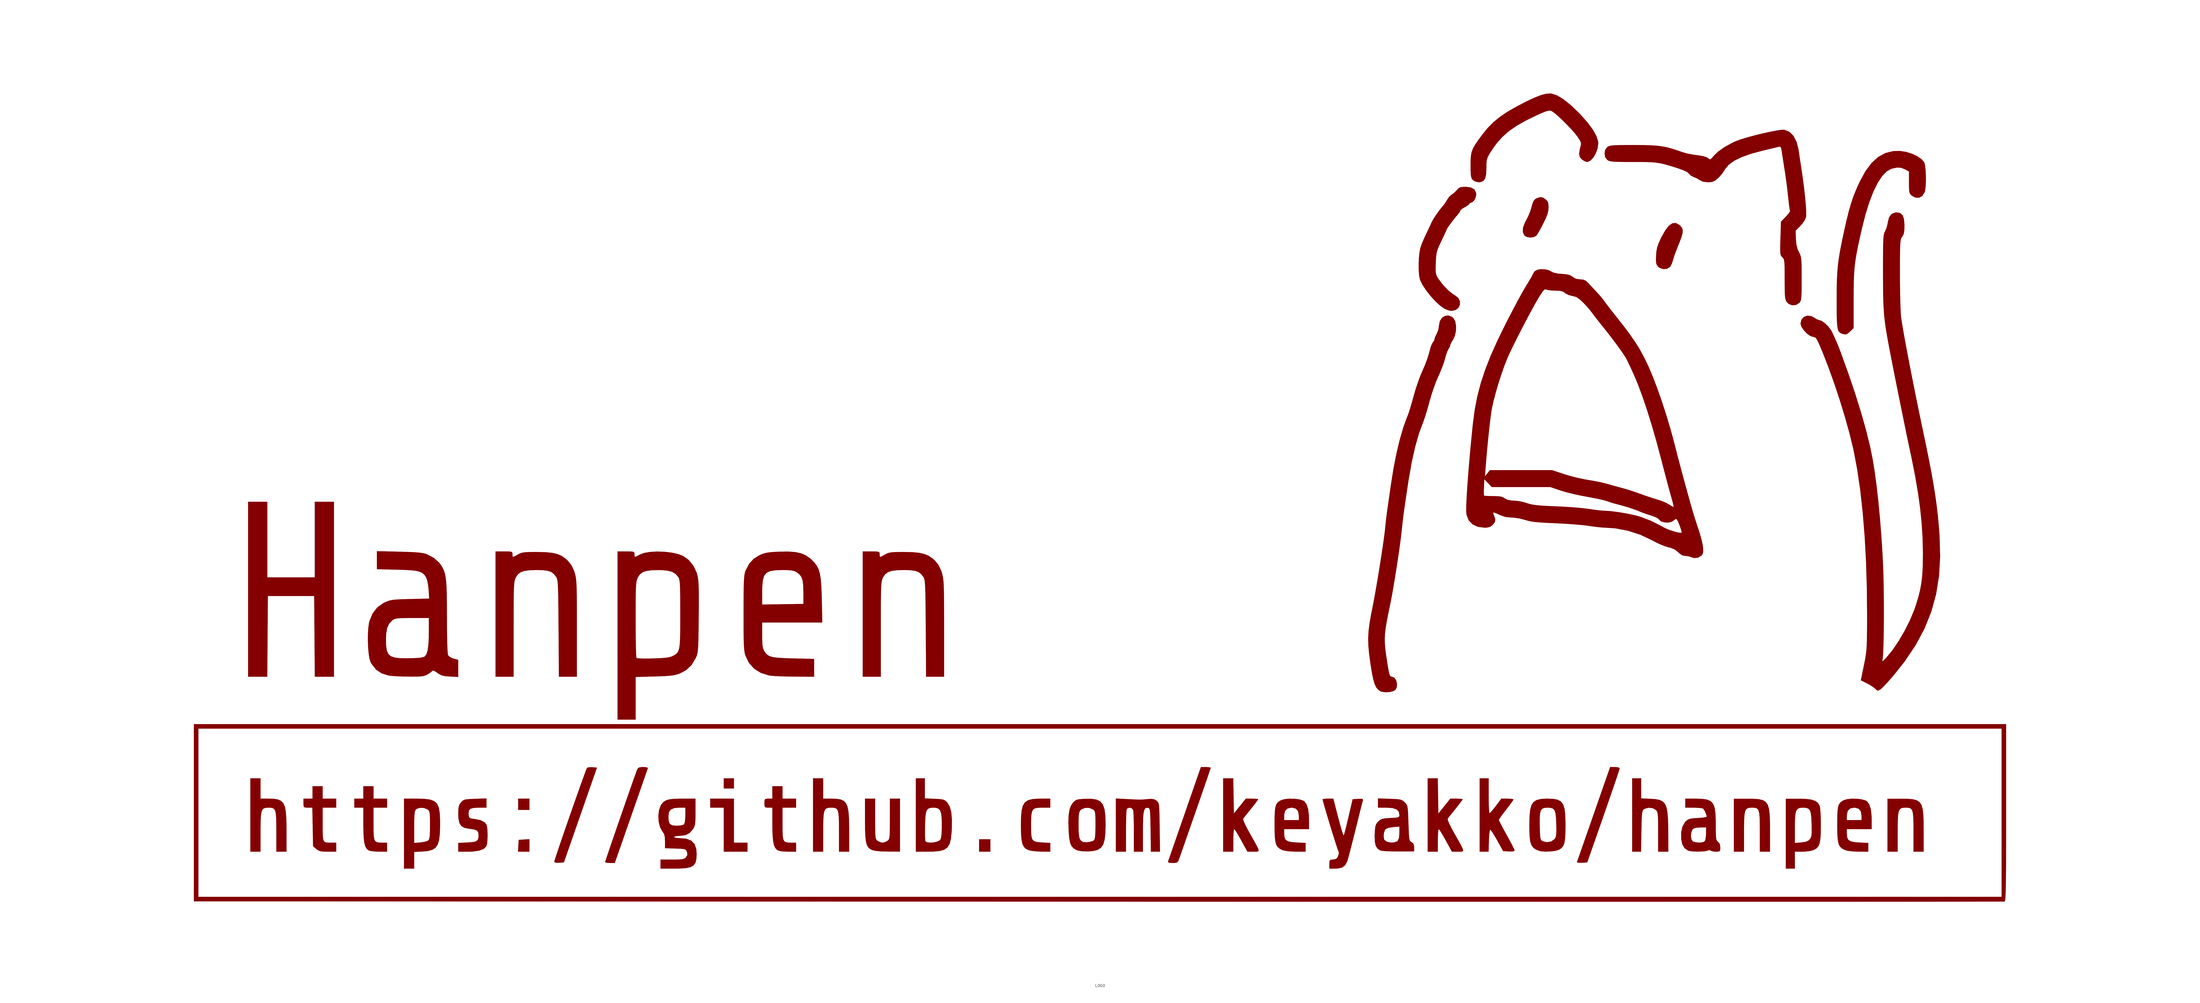
<source format=kicad_sym>
(kicad_symbol_lib
  (version 20220914)
  (generator "bitmap2component")
  (generator_version "8.0")
  (symbol "LOGO"
    (pin_names
      (offset 1.016))
    (property "Reference" "#G"
      (at 0 160.709 0)
      (effects (font (size 1.27 1.27)) hide))
    (symbol "LOGO_0_0"
      (polyline (pts (xy 175.566 -124.613) (xy 185.922 -124.612) (xy 195.868 -124.612) (xy 205.386 -124.61) (xy 214.461 -124.609) (xy 223.074 -124.607) (xy 231.209 -124.605) (xy 238.85 -124.602) (xy 245.978 -124.599) (xy 252.578 -124.596) (xy 258.631 -124.592) (xy 264.122 -124.589) (xy 269.033 -124.585) (xy 273.347 -124.58) (xy 277.047 -124.575) (xy 280.117 -124.57) (xy 282.539 -124.565) (xy 284.297 -124.559) (xy 285.373 -124.553) (xy 285.75 -124.547) (xy 285.807 -124.474) (xy 285.885 -124.123) (xy 285.953 -123.449) (xy 286.011 -122.413) (xy 286.059 -120.976) (xy 286.1 -119.097) (xy 286.132 -116.739) (xy 286.157 -113.862) (xy 286.176 -110.426) (xy 286.188 -106.392) (xy 286.195 -101.721) (xy 286.197 -96.374) (xy 286.197 -68.33) (xy -0.716 -68.33) (xy -287.628 -68.33) (xy -287.628 -96.412) (xy -287.628 -96.413) (xy -286.197 -96.413) (xy -286.197 -69.761) (xy -0.716 -69.761) (xy 284.766 -69.761) (xy 284.766 -96.413) (xy 284.766 -123.065) (xy -0.716 -123.065) (xy -286.197 -123.065) (xy -286.197 -96.413) (xy -287.628 -96.413) (xy -287.628 -124.495) (xy -1.163 -124.585) (xy 11.329 -124.589) (xy 25.474 -124.593) (xy 39.429 -124.596) (xy 53.178 -124.6) (xy 66.703 -124.603) (xy 79.987 -124.605) (xy 93.014 -124.607) (xy 105.766 -124.609) (xy 118.227 -124.611) (xy 130.38 -124.612) (xy 142.207 -124.613) (xy 153.692 -124.613) (xy 164.817 -124.613) (xy 175.566 -124.613)) (stroke (width 0.01) (type default)) (fill (type outline)))
      (polyline (pts (xy -147.749 -60.143) (xy -147.749 -53.387) (xy -141.757 -53.224) (xy -140.253 -53.179) (xy -138.261 -53.092) (xy -136.758 -52.976) (xy -135.604 -52.815) (xy -134.658 -52.591) (xy -133.779 -52.289) (xy -131.753 -51.218) (xy -130.039 -49.594) (xy -128.718 -47.401) (xy -128.631 -47.211) (xy -128.418 -46.697) (xy -128.249 -46.154) (xy -128.118 -45.497) (xy -128.019 -44.64) (xy -127.945 -43.496) (xy -127.89 -41.981) (xy -127.849 -40.008) (xy -127.814 -37.49) (xy -127.781 -34.344) (xy -127.781 -34.329) (xy -127.753 -31.07) (xy -127.744 -28.439) (xy -127.757 -26.346) (xy -127.795 -24.703) (xy -127.861 -23.421) (xy -127.959 -22.413) (xy -128.091 -21.591) (xy -128.261 -20.865) (xy -128.421 -20.33) (xy -129.449 -18.143) (xy -130.919 -16.324) (xy -132.71 -15.033) (xy -134.252 -14.441) (xy -136.315 -13.979) (xy -138.614 -13.707) (xy -140.966 -13.63) (xy -143.186 -13.753) (xy -145.092 -14.082) (xy -146.5 -14.622) (xy -147.41 -15.143) (xy -147.901 -15.318) (xy -148.082 -15.104) (xy -148.107 -14.489) (xy -148.117 -14.175) (xy -148.239 -13.845) (xy -148.625 -13.672) (xy -149.425 -13.605) (xy -150.79 -13.594) (xy -153.473 -13.594) (xy -153.473 -35.164) (xy -147.749 -35.164) (xy -147.749 -34.261) (xy -147.745 -31.171) (xy -147.733 -28.695) (xy -147.708 -26.755) (xy -147.665 -25.269) (xy -147.602 -24.158) (xy -147.513 -23.342) (xy -147.395 -22.74) (xy -147.243 -22.272) (xy -147.053 -21.86) (xy -146.464 -20.951) (xy -145.618 -20.246) (xy -144.441 -19.8) (xy -142.808 -19.57) (xy -140.594 -19.509) (xy -139.54 -19.528) (xy -137.587 -19.702) (xy -136.142 -20.095) (xy -135.073 -20.754) (xy -134.248 -21.725) (xy -134.165 -21.861) (xy -134.001 -22.233) (xy -133.873 -22.749) (xy -133.777 -23.492) (xy -133.708 -24.542) (xy -133.662 -25.981) (xy -133.635 -27.891) (xy -133.622 -30.353) (xy -133.618 -33.449) (xy -133.621 -36.642) (xy -133.638 -39.264) (xy -133.685 -41.327) (xy -133.775 -42.91) (xy -133.924 -44.092) (xy -134.144 -44.952) (xy -134.452 -45.569) (xy -134.86 -46.022) (xy -135.383 -46.39) (xy -136.036 -46.752) (xy -136.364 -46.902) (xy -137.184 -47.136) (xy -138.348 -47.306) (xy -139.981 -47.425) (xy -142.204 -47.509) (xy -142.815 -47.524) (xy -144.574 -47.543) (xy -146.029 -47.523) (xy -147.044 -47.466) (xy -147.481 -47.377) (xy -147.526 -47.162) (xy -147.586 -46.304) (xy -147.64 -44.875) (xy -147.685 -42.962) (xy -147.72 -40.648) (xy -147.742 -38.021) (xy -147.749 -35.164) (xy -153.473 -35.164) (xy -153.473 -40.246) (xy -153.473 -66.899) (xy -150.611 -66.899) (xy -147.749 -66.899) (xy -147.749 -60.143)) (stroke (width 0.01) (type default)) (fill (type outline)))
      (polyline (pts (xy 91.052 -58.151) (xy 92.189 -57.864) (xy 92.895 -57.397) (xy 93.258 -56.581) (xy 93.32 -55.473) (xy 93.044 -54.413) (xy 92.493 -53.618) (xy 91.728 -53.304) (xy 91.67 -53.303) (xy 91.365 -53.225) (xy 91.117 -52.949) (xy 90.896 -52.375) (xy 90.671 -51.398) (xy 90.411 -49.918) (xy 90.085 -47.831) (xy 89.854 -46.268) (xy 89.615 -44.397) (xy 89.477 -42.743) (xy 89.448 -41.174) (xy 89.537 -39.561) (xy 89.751 -37.773) (xy 90.101 -35.678) (xy 90.593 -33.148) (xy 91.236 -30.051) (xy 91.272 -29.882) (xy 91.646 -27.951) (xy 92.08 -25.514) (xy 92.55 -22.721) (xy 93.033 -19.725) (xy 93.504 -16.675) (xy 93.942 -13.724) (xy 94.321 -11.023) (xy 94.619 -8.723) (xy 94.813 -6.976) (xy 94.861 -6.479) (xy 95.101 -4.276) (xy 95.391 -1.912) (xy 95.677 0.179) (xy 95.777 0.856) (xy 96.102 3.054) (xy 96.45 5.408) (xy 96.761 7.513) (xy 96.962 8.838) (xy 97.959 14.532) (xy 99.072 19.54) (xy 100.301 23.855) (xy 101.644 27.469) (xy 101.679 27.553) (xy 102.058 28.606) (xy 102.545 30.137) (xy 103.079 31.956) (xy 103.603 33.869) (xy 104.158 35.799) (xy 104.906 38.077) (xy 105.696 40.217) (xy 106.43 41.94) (xy 106.791 42.73) (xy 107.522 44.488) (xy 108.135 46.163) (xy 108.525 47.478) (xy 108.804 48.512) (xy 109.222 49.709) (xy 109.612 50.497) (xy 109.994 51.156) (xy 110.186 51.758) (xy 110.217 51.918) (xy 110.532 52.617) (xy 111.08 53.517) (xy 111.617 54.617) (xy 111.975 56.188) (xy 112.027 57.823) (xy 111.769 59.288) (xy 111.197 60.347) (xy 110.738 60.75) (xy 109.625 61.195) (xy 108.515 61.059) (xy 107.549 60.418) (xy 106.867 59.346) (xy 106.608 57.915) (xy 106.608 57.848) (xy 106.387 56.56) (xy 105.894 55.37) (xy 105.797 55.205) (xy 105.358 54.292) (xy 105.179 53.616) (xy 105.109 53.267) (xy 104.664 52.608) (xy 104.641 52.587) (xy 104.305 51.994) (xy 103.921 50.931) (xy 103.568 49.613) (xy 103.42 49.031) (xy 102.885 47.352) (xy 102.178 45.478) (xy 101.413 43.717) (xy 100.744 42.154) (xy 99.964 40.055) (xy 99.215 37.797) (xy 98.595 35.657) (xy 98.533 35.425) (xy 98.007 33.519) (xy 97.479 31.734) (xy 97.007 30.262) (xy 96.65 29.293) (xy 96.473 28.871) (xy 95.298 25.631) (xy 94.181 21.782) (xy 93.143 17.418) (xy 92.206 12.63) (xy 91.394 7.513) (xy 91.294 6.811) (xy 90.974 4.569) (xy 90.635 2.223) (xy 90.338 0.179) (xy 90.24 -0.506) (xy 89.978 -2.501) (xy 89.747 -4.474) (xy 89.588 -6.082) (xy 89.575 -6.227) (xy 89.405 -7.755) (xy 89.129 -9.847) (xy 88.765 -12.376) (xy 88.335 -15.217) (xy 87.859 -18.245) (xy 87.356 -21.334) (xy 86.846 -24.36) (xy 86.349 -27.197) (xy 85.886 -29.719) (xy 85.477 -31.802) (xy 85.136 -33.497) (xy 84.629 -36.364) (xy 84.319 -38.854) (xy 84.198 -41.17) (xy 84.26 -43.515) (xy 84.499 -46.092) (xy 84.906 -49.104) (xy 85.022 -49.874) (xy 85.44 -52.377) (xy 85.846 -54.285) (xy 86.274 -55.695) (xy 86.757 -56.701) (xy 87.33 -57.398) (xy 88.025 -57.88) (xy 88.552 -58.077) (xy 89.75 -58.231) (xy 91.052 -58.151)) (stroke (width 0.01) (type default)) (fill (type outline)))
      (polyline (pts (xy 246.386 -57.334) (xy 246.477 -57.269) (xy 247.122 -56.676) (xy 248.083 -55.681) (xy 249.246 -54.405) (xy 250.495 -52.97) (xy 254.077 -48.466) (xy 257.54 -43.306) (xy 260.335 -38.087) (xy 262.486 -32.737) (xy 264.016 -27.186) (xy 264.949 -21.364) (xy 265.306 -15.201) (xy 265.112 -8.625) (xy 264.876 -5.499) (xy 264.582 -2.353) (xy 264.221 0.784) (xy 263.779 4.013) (xy 263.238 7.434) (xy 262.585 11.147) (xy 261.802 15.253) (xy 260.873 19.851) (xy 259.784 25.042) (xy 259.39 26.901) (xy 258.553 30.918) (xy 257.714 35.024) (xy 256.89 39.132) (xy 256.096 43.154) (xy 255.351 47.003) (xy 254.672 50.59) (xy 254.074 53.829) (xy 253.576 56.631) (xy 253.193 58.909) (xy 252.943 60.575) (xy 252.92 60.767) (xy 252.826 61.995) (xy 252.742 63.793) (xy 252.671 66.04) (xy 252.617 68.618) (xy 252.581 71.408) (xy 252.569 74.291) (xy 252.569 74.499) (xy 252.571 77.549) (xy 252.582 79.971) (xy 252.605 81.844) (xy 252.645 83.25) (xy 252.708 84.27) (xy 252.799 84.987) (xy 252.922 85.479) (xy 253.082 85.83) (xy 253.285 86.119) (xy 253.445 86.341) (xy 253.782 87.076) (xy 253.953 88.1) (xy 254 89.624) (xy 253.995 90.063) (xy 253.828 91.828) (xy 253.39 92.999) (xy 252.639 93.648) (xy 251.532 93.849) (xy 251.146 93.826) (xy 249.95 93.358) (xy 249.137 92.293) (xy 248.717 90.645) (xy 248.647 90.175) (xy 248.31 88.867) (xy 247.864 87.833) (xy 247.852 87.814) (xy 247.674 87.467) (xy 247.531 87.033) (xy 247.421 86.433) (xy 247.339 85.588) (xy 247.281 84.42) (xy 247.243 82.851) (xy 247.221 80.801) (xy 247.212 78.193) (xy 247.211 74.948) (xy 247.213 72.945) (xy 247.232 69.592) (xy 247.28 66.749) (xy 247.367 64.284) (xy 247.506 62.062) (xy 247.708 59.949) (xy 247.984 57.811) (xy 248.347 55.514) (xy 248.808 52.923) (xy 249.378 49.906) (xy 249.639 48.554) (xy 250.173 45.822) (xy 250.785 42.722) (xy 251.452 39.374) (xy 252.149 35.896) (xy 252.853 32.408) (xy 253.539 29.027) (xy 254.184 25.873) (xy 254.762 23.065) (xy 255.252 20.721) (xy 255.627 18.961) (xy 256.212 16.222) (xy 257.365 10.391) (xy 258.279 5.054) (xy 258.968 0.089) (xy 259.449 -4.624) (xy 259.736 -9.204) (xy 259.846 -13.773) (xy 259.849 -14.596) (xy 259.809 -17.962) (xy 259.665 -20.826) (xy 259.394 -23.363) (xy 258.973 -25.745) (xy 258.379 -28.143) (xy 257.589 -30.732) (xy 257.046 -32.27) (xy 255.658 -35.56) (xy 253.983 -38.886) (xy 252.126 -42.062) (xy 250.191 -44.906) (xy 248.282 -47.23) (xy 247.712 -47.833) (xy 247.177 -48.327) (xy 246.981 -48.348) (xy 247.048 -47.938) (xy 247.063 -47.877) (xy 247.171 -47.031) (xy 247.264 -45.575) (xy 247.341 -43.602) (xy 247.402 -41.205) (xy 247.445 -38.476) (xy 247.471 -35.508) (xy 247.479 -32.395) (xy 247.468 -29.228) (xy 247.438 -26.101) (xy 247.388 -23.107) (xy 247.318 -20.338) (xy 247.227 -17.887) (xy 247.033 -14.084) (xy 246.677 -8.546) (xy 246.24 -3.073) (xy 245.737 2.204) (xy 245.179 7.155) (xy 244.579 11.651) (xy 243.95 15.562) (xy 243.15 19.515) (xy 241.921 24.544) (xy 240.372 30.073) (xy 238.522 36.037) (xy 236.391 42.371) (xy 233.997 49.011) (xy 233.908 49.251) (xy 233.36 50.707) (xy 232.902 51.868) (xy 232.436 52.97) (xy 231.862 54.248) (xy 231.081 55.938) (xy 230.762 56.521) (xy 229.884 57.688) (xy 228.829 58.722) (xy 227.776 59.461) (xy 226.903 59.744) (xy 226.9 59.744) (xy 226.268 59.956) (xy 225.478 60.459) (xy 224.461 61.008) (xy 223.234 61.126) (xy 222.152 60.721) (xy 221.381 59.864) (xy 221.087 58.623) (xy 221.09 58.546) (xy 221.414 57.551) (xy 222.158 56.447) (xy 223.143 55.424) (xy 224.187 54.671) (xy 225.112 54.377) (xy 225.334 54.364) (xy 225.762 54.196) (xy 226.167 53.734) (xy 226.642 52.852) (xy 227.277 51.426) (xy 228.086 49.492) (xy 229.941 44.732) (xy 231.786 39.584) (xy 233.553 34.25) (xy 235.177 28.935) (xy 236.592 23.842) (xy 237.732 19.174) (xy 237.962 18.119) (xy 239.064 12.247) (xy 240.007 5.751) (xy 240.787 -1.307) (xy 241.399 -8.866) (xy 241.837 -16.862) (xy 242.096 -25.233) (xy 242.171 -33.916) (xy 242.17 -34.198) (xy 242.161 -37.277) (xy 242.142 -39.759) (xy 242.107 -41.755) (xy 242.049 -43.374) (xy 241.961 -44.726) (xy 241.836 -45.922) (xy 241.668 -47.071) (xy 241.448 -48.283) (xy 241.17 -49.669) (xy 240.193 -54.44) (xy 242.177 -55.443) (xy 243.083 -55.939) (xy 244.148 -56.623) (xy 244.827 -57.183) (xy 245.267 -57.616) (xy 245.715 -57.706) (xy 246.386 -57.334)) (stroke (width 0.01) (type default)) (fill (type outline)))
      (polyline (pts (xy -264.29 -40.515) (xy -264.196 -27.725) (xy -256.862 -27.725) (xy -249.528 -27.725) (xy -249.434 -40.515) (xy -249.34 -53.304) (xy -246.304 -53.304) (xy -243.268 -53.304) (xy -243.268 -25.579) (xy -243.268 2.147) (xy -246.309 2.147) (xy -249.349 2.147) (xy -249.349 -9.838) (xy -249.349 -21.823) (xy -256.862 -21.823) (xy -264.375 -21.823) (xy -264.375 -9.838) (xy -264.375 2.147) (xy -267.416 2.147) (xy -270.456 2.147) (xy -270.456 -25.579) (xy -270.456 -53.304) (xy -267.42 -53.304) (xy -264.384 -53.304) (xy -264.29 -40.515)) (stroke (width 0.01) (type default)) (fill (type outline)))
      (polyline (pts (xy -203.916 -50.674) (xy -203.916 -47.966) (xy -205.34 -47.582) (xy -205.619 -47.496) (xy -206.566 -47.042) (xy -207.129 -46.518) (xy -207.229 -46.014) (xy -207.32 -44.83) (xy -207.394 -43.031) (xy -207.45 -40.668) (xy -207.484 -37.793) (xy -207.497 -34.457) (xy -207.499 -33.184) (xy -207.514 -29.862) (xy -207.554 -27.144) (xy -207.628 -24.948) (xy -207.744 -23.19) (xy -207.912 -21.787) (xy -208.14 -20.656) (xy -208.439 -19.715) (xy -208.816 -18.88) (xy -209.281 -18.068) (xy -209.911 -17.198) (xy -211.677 -15.615) (xy -213.957 -14.438) (xy -214.239 -14.341) (xy -215.105 -14.133) (xy -216.27 -13.972) (xy -217.84 -13.848) (xy -219.918 -13.754) (xy -222.608 -13.679) (xy -229.673 -13.52) (xy -229.673 -16.379) (xy -229.673 -19.238) (xy -223.323 -19.384) (xy -223.032 -19.391) (xy -220.439 -19.476) (xy -218.45 -19.607) (xy -216.966 -19.811) (xy -215.885 -20.117) (xy -215.107 -20.552) (xy -214.531 -21.143) (xy -214.057 -21.918) (xy -213.749 -22.784) (xy -213.463 -24.193) (xy -213.292 -25.805) (xy -213.13 -28.535) (xy -219.166 -28.681) (xy -220.327 -28.71) (xy -222.29 -28.774) (xy -223.742 -28.858) (xy -224.824 -28.981) (xy -225.674 -29.16) (xy -226.431 -29.415) (xy -227.234 -29.765) (xy -227.616 -29.952) (xy -229.559 -31.338) (xy -231.028 -33.242) (xy -232.042 -35.691) (xy -232.184 -36.288) (xy -232.401 -37.902) (xy -232.514 -39.86) (xy -232.524 -41.434) (xy -226.811 -41.434) (xy -226.745 -39.707) (xy -226.426 -37.877) (xy -225.804 -36.509) (xy -224.839 -35.477) (xy -224.795 -35.443) (xy -224.36 -35.15) (xy -223.854 -34.947) (xy -223.147 -34.816) (xy -222.11 -34.742) (xy -220.616 -34.709) (xy -218.535 -34.701) (xy -213.217 -34.701) (xy -213.226 -39.084) (xy -213.252 -41.045) (xy -213.373 -43.268) (xy -213.601 -44.916) (xy -213.95 -46.068) (xy -214.432 -46.802) (xy -214.452 -46.822) (xy -214.925 -47.081) (xy -215.767 -47.261) (xy -217.093 -47.377) (xy -219.02 -47.447) (xy -219.9 -47.464) (xy -222.25 -47.439) (xy -224.002 -47.246) (xy -225.243 -46.819) (xy -226.058 -46.09) (xy -226.534 -44.994) (xy -226.756 -43.464) (xy -226.811 -41.434) (xy -232.524 -41.434) (xy -232.528 -41.987) (xy -232.446 -44.105) (xy -232.274 -46.04) (xy -232.018 -47.614) (xy -231.68 -48.654) (xy -231.252 -49.404) (xy -229.878 -51.106) (xy -228.165 -52.247) (xy -225.979 -52.931) (xy -225.902 -52.945) (xy -224.905 -53.058) (xy -223.405 -53.156) (xy -221.592 -53.227) (xy -219.656 -53.264) (xy -218.437 -53.27) (xy -216.782 -53.255) (xy -215.614 -53.192) (xy -214.787 -53.064) (xy -214.156 -52.853) (xy -213.575 -52.542) (xy -213.321 -52.385) (xy -212.527 -51.827) (xy -212.093 -51.423) (xy -211.976 -51.354) (xy -211.399 -51.52) (xy -210.516 -52.09) (xy -209.92 -52.508) (xy -209.079 -52.91) (xy -208.039 -53.132) (xy -206.542 -53.25) (xy -203.916 -53.382) (xy -203.916 -50.674)) (stroke (width 0.01) (type default)) (fill (type outline)))
      (polyline (pts (xy -186.386 -38.265) (xy -186.386 -36.141) (xy -186.382 -32.816) (xy -186.371 -30.099) (xy -186.351 -27.919) (xy -186.318 -26.207) (xy -186.269 -24.894) (xy -186.202 -23.909) (xy -186.113 -23.183) (xy -186 -22.645) (xy -185.86 -22.228) (xy -185.689 -21.86) (xy -185.633 -21.752) (xy -184.989 -20.824) (xy -184.131 -20.178) (xy -182.935 -19.77) (xy -181.278 -19.558) (xy -179.036 -19.497) (xy -177.07 -19.546) (xy -175.563 -19.738) (xy -174.465 -20.127) (xy -173.624 -20.77) (xy -172.886 -21.722) (xy -172.851 -21.777) (xy -172.702 -22.079) (xy -172.579 -22.496) (xy -172.478 -23.096) (xy -172.397 -23.944) (xy -172.333 -25.108) (xy -172.281 -26.654) (xy -172.241 -28.649) (xy -172.207 -31.16) (xy -172.179 -34.253) (xy -172.151 -37.994) (xy -172.047 -53.304) (xy -169.2 -53.304) (xy -166.352 -53.304) (xy -166.352 -37.959) (xy -166.353 -35.92) (xy -166.357 -32.518) (xy -166.368 -29.721) (xy -166.389 -27.454) (xy -166.424 -25.645) (xy -166.474 -24.22) (xy -166.543 -23.105) (xy -166.635 -22.228) (xy -166.751 -21.516) (xy -166.895 -20.894) (xy -167.07 -20.291) (xy -167.297 -19.609) (xy -168.106 -17.915) (xy -169.236 -16.519) (xy -169.849 -15.947) (xy -171.077 -15.065) (xy -172.478 -14.444) (xy -174.186 -14.046) (xy -176.332 -13.835) (xy -179.052 -13.773) (xy -180.062 -13.775) (xy -181.735 -13.802) (xy -182.918 -13.875) (xy -183.766 -14.015) (xy -184.43 -14.242) (xy -185.065 -14.578) (xy -185.143 -14.625) (xy -186.072 -15.155) (xy -186.547 -15.315) (xy -186.72 -15.095) (xy -186.744 -14.489) (xy -186.754 -14.175) (xy -186.876 -13.845) (xy -187.262 -13.672) (xy -188.062 -13.605) (xy -189.427 -13.594) (xy -192.11 -13.594) (xy -192.11 -33.449) (xy -192.11 -53.304) (xy -189.248 -53.304) (xy -186.386 -53.304) (xy -186.386 -38.265)) (stroke (width 0.01) (type default)) (fill (type outline)))
      (polyline (pts (xy -91.225 -50.481) (xy -91.225 -47.659) (xy -97.754 -47.504) (xy -98.536 -47.485) (xy -100.981 -47.402) (xy -102.842 -47.282) (xy -104.221 -47.1) (xy -105.221 -46.83) (xy -105.945 -46.447) (xy -106.495 -45.925) (xy -106.975 -45.241) (xy -107.182 -44.868) (xy -107.435 -44.179) (xy -107.587 -43.266) (xy -107.662 -41.966) (xy -107.682 -40.115) (xy -107.682 -36.132) (xy -98.165 -36.132) (xy -88.648 -36.132) (xy -88.799 -28.888) (xy -88.844 -27.077) (xy -88.962 -24.389) (xy -89.15 -22.251) (xy -89.436 -20.559) (xy -89.848 -19.207) (xy -90.412 -18.092) (xy -91.155 -17.108) (xy -92.106 -16.15) (xy -92.404 -15.883) (xy -93.765 -14.902) (xy -95.285 -14.223) (xy -97.098 -13.813) (xy -99.337 -13.64) (xy -102.138 -13.67) (xy -103.665 -13.74) (xy -105.25 -13.864) (xy -106.451 -14.052) (xy -107.456 -14.335) (xy -108.457 -14.746) (xy -108.461 -14.748) (xy -110.369 -15.921) (xy -111.828 -17.532) (xy -112.944 -19.701) (xy -113.049 -19.989) (xy -113.202 -20.546) (xy -113.323 -21.249) (xy -113.415 -22.18) (xy -113.482 -23.42) (xy -113.527 -25.049) (xy -113.547 -26.464) (xy -107.682 -26.464) (xy -107.649 -24.588) (xy -107.46 -22.659) (xy -107.032 -21.282) (xy -106.281 -20.366) (xy -105.124 -19.824) (xy -103.479 -19.564) (xy -101.263 -19.497) (xy -99.767 -19.518) (xy -98.432 -19.614) (xy -97.514 -19.81) (xy -96.85 -20.128) (xy -96.671 -20.248) (xy -95.808 -20.955) (xy -95.225 -21.778) (xy -94.87 -22.867) (xy -94.692 -24.37) (xy -94.638 -26.435) (xy -94.624 -30.23) (xy -101.153 -30.327) (xy -107.682 -30.425) (xy -107.682 -26.464) (xy -113.547 -26.464) (xy -113.556 -27.15) (xy -113.571 -29.804) (xy -113.577 -33.092) (xy -113.577 -34.933) (xy -113.57 -37.882) (xy -113.551 -40.243) (xy -113.515 -42.098) (xy -113.459 -43.531) (xy -113.378 -44.624) (xy -113.27 -45.461) (xy -113.131 -46.124) (xy -112.956 -46.697) (xy -111.88 -48.901) (xy -110.245 -50.753) (xy -108.112 -52.094) (xy -105.488 -52.919) (xy -104.882 -52.998) (xy -103.567 -53.095) (xy -101.809 -53.176) (xy -99.76 -53.235) (xy -97.575 -53.265) (xy -91.225 -53.304) (xy -91.225 -50.481)) (stroke (width 0.01) (type default)) (fill (type outline)))
      (polyline (pts (xy -70.118 -38.265) (xy -70.118 -36.141) (xy -70.114 -32.816) (xy -70.103 -30.099) (xy -70.083 -27.919) (xy -70.05 -26.207) (xy -70.001 -24.894) (xy -69.934 -23.909) (xy -69.846 -23.183) (xy -69.733 -22.645) (xy -69.593 -22.228) (xy -69.422 -21.86) (xy -69.366 -21.752) (xy -68.722 -20.824) (xy -67.863 -20.178) (xy -66.667 -19.77) (xy -65.01 -19.558) (xy -62.769 -19.497) (xy -60.803 -19.546) (xy -59.295 -19.738) (xy -58.197 -20.127) (xy -57.356 -20.77) (xy -56.618 -21.722) (xy -56.583 -21.777) (xy -56.434 -22.079) (xy -56.311 -22.496) (xy -56.211 -23.096) (xy -56.13 -23.944) (xy -56.065 -25.108) (xy -56.014 -26.654) (xy -55.973 -28.649) (xy -55.94 -31.16) (xy -55.911 -34.253) (xy -55.883 -37.994) (xy -55.779 -53.304) (xy -52.932 -53.304) (xy -50.084 -53.304) (xy -50.084 -37.959) (xy -50.085 -35.92) (xy -50.089 -32.518) (xy -50.1 -29.721) (xy -50.122 -27.454) (xy -50.156 -25.645) (xy -50.206 -24.22) (xy -50.276 -23.105) (xy -50.367 -22.228) (xy -50.483 -21.516) (xy -50.627 -20.894) (xy -50.802 -20.291) (xy -51.03 -19.609) (xy -51.838 -17.915) (xy -52.968 -16.519) (xy -53.581 -15.947) (xy -54.81 -15.065) (xy -56.211 -14.444) (xy -57.918 -14.046) (xy -60.065 -13.835) (xy -62.785 -13.773) (xy -63.795 -13.775) (xy -65.467 -13.802) (xy -66.651 -13.875) (xy -67.498 -14.015) (xy -68.162 -14.242) (xy -68.797 -14.578) (xy -68.876 -14.625) (xy -69.805 -15.155) (xy -70.28 -15.315) (xy -70.452 -15.095) (xy -70.476 -14.489) (xy -70.486 -14.175) (xy -70.609 -13.845) (xy -70.995 -13.672) (xy -71.794 -13.605) (xy -73.159 -13.594) (xy -75.842 -13.594) (xy -75.842 -33.449) (xy -75.842 -53.304) (xy -72.98 -53.304) (xy -70.118 -53.304) (xy -70.118 -38.265)) (stroke (width 0.01) (type default)) (fill (type outline)))
      (polyline (pts (xy 188.618 -15.581) (xy 189.651 -14.98) (xy 189.85 -14.767) (xy 190.187 -14.202) (xy 190.292 -13.432) (xy 190.216 -12.207) (xy 190.108 -11.482) (xy 189.773 -9.977) (xy 189.292 -8.213) (xy 188.728 -6.439) (xy 188.417 -5.517) (xy 187.69 -3.257) (xy 186.958 -0.873) (xy 186.34 1.252) (xy 184.909 6.429) (xy 183.46 11.762) (xy 182.227 16.416) (xy 181.209 20.392) (xy 180.95 21.409) (xy 179.833 25.484) (xy 178.564 29.708) (xy 177.199 33.911) (xy 175.796 37.922) (xy 174.412 41.571) (xy 173.103 44.687) (xy 172.575 45.842) (xy 171.375 48.284) (xy 170.103 50.584) (xy 168.674 52.873) (xy 167.005 55.284) (xy 165.01 57.948) (xy 162.604 60.996) (xy 162.596 61.006) (xy 161.414 62.491) (xy 160.32 63.895) (xy 159.434 65.059) (xy 158.877 65.825) (xy 158.538 66.294) (xy 157.624 67.423) (xy 156.646 68.508) (xy 156.196 68.979) (xy 155.058 70.187) (xy 154.048 71.281) (xy 153.924 71.416) (xy 153.099 72.188) (xy 152.327 72.539) (xy 151.296 72.623) (xy 149.936 72.803) (xy 148.918 73.417) (xy 148.707 73.598) (xy 148.006 73.988) (xy 147.005 74.222) (xy 145.496 74.356) (xy 144.381 74.448) (xy 142.971 74.723) (xy 142.066 75.172) (xy 141.453 75.509) (xy 140.245 75.805) (xy 138.916 75.857) (xy 137.729 75.661) (xy 136.948 75.216) (xy 136.605 74.754) (xy 136.202 74) (xy 136.085 73.748) (xy 135.632 72.928) (xy 134.944 71.765) (xy 134.116 70.423) (xy 134.099 70.395) (xy 133.428 69.258) (xy 132.503 67.602) (xy 131.387 65.544) (xy 130.145 63.201) (xy 128.838 60.692) (xy 127.529 58.134) (xy 125.108 53.183) (xy 122.972 48.393) (xy 121.225 43.927) (xy 119.828 39.67) (xy 118.744 35.508) (xy 117.937 31.326) (xy 117.368 27.01) (xy 117.233 25.703) (xy 116.811 21.467) (xy 116.429 17.369) (xy 116.09 13.48) (xy 115.826 10.196) (xy 121.181 10.196) (xy 121.391 13.058) (xy 121.584 15.501) (xy 121.843 18.445) (xy 122.13 21.453) (xy 122.431 24.371) (xy 122.729 27.041) (xy 123.008 29.31) (xy 123.251 31.021) (xy 123.393 31.822) (xy 123.908 34.13) (xy 124.618 36.824) (xy 125.466 39.709) (xy 126.392 42.593) (xy 127.339 45.282) (xy 128.249 47.583) (xy 128.623 48.429) (xy 129.531 50.368) (xy 130.672 52.702) (xy 131.971 55.286) (xy 133.352 57.971) (xy 134.738 60.612) (xy 136.054 63.062) (xy 137.224 65.173) (xy 138.173 66.799) (xy 138.684 67.628) (xy 139.386 68.691) (xy 139.882 69.276) (xy 140.261 69.478) (xy 140.613 69.393) (xy 141.133 69.239) (xy 142.206 69.099) (xy 143.499 69.045) (xy 143.69 69.044) (xy 145.015 68.973) (xy 145.885 68.743) (xy 146.528 68.3) (xy 146.703 68.158) (xy 147.686 67.656) (xy 148.852 67.35) (xy 149.201 67.293) (xy 150.14 66.987) (xy 151.071 66.374) (xy 152.213 65.322) (xy 153.193 64.299) (xy 154.198 63.159) (xy 154.912 62.248) (xy 154.916 62.243) (xy 155.483 61.472) (xy 156.379 60.307) (xy 157.482 58.903) (xy 158.669 57.418) (xy 159.901 55.87) (xy 161.645 53.606) (xy 163.266 51.425) (xy 164.65 49.479) (xy 165.683 47.922) (xy 165.778 47.758) (xy 166.216 46.905) (xy 166.848 45.596) (xy 167.604 43.974) (xy 168.415 42.188) (xy 169.54 39.513) (xy 170.984 35.662) (xy 172.482 31.241) (xy 174.009 26.327) (xy 175.54 20.996) (xy 177.051 15.325) (xy 177.349 14.167) (xy 178.016 11.601) (xy 178.667 9.132) (xy 179.26 6.909) (xy 179.757 5.082) (xy 180.119 3.798) (xy 180.335 3.04) (xy 180.674 1.772) (xy 180.882 0.872) (xy 180.922 0.499) (xy 180.826 0.503) (xy 180.289 0.765) (xy 179.469 1.281) (xy 178.59 1.771) (xy 177.198 2.369) (xy 175.733 2.858) (xy 175.485 2.929) (xy 173.881 3.425) (xy 172.031 4.046) (xy 170.287 4.673) (xy 169.998 4.78) (xy 168.186 5.412) (xy 166.314 6.012) (xy 164.742 6.463) (xy 163.436 6.809) (xy 161.547 7.33) (xy 159.873 7.812) (xy 159.254 7.981) (xy 157.594 8.368) (xy 155.673 8.75) (xy 153.792 9.067) (xy 152.877 9.22) (xy 150.656 9.686) (xy 148.323 10.274) (xy 146.253 10.892) (xy 142.432 12.163) (xy 132.596 12.163) (xy 122.759 12.163) (xy 121.97 11.18) (xy 121.181 10.196) (xy 115.826 10.196) (xy 115.8 9.873) (xy 115.565 6.619) (xy 115.496 5.493) (xy 120.819 5.493) (xy 120.858 6.76) (xy 120.977 9.29) (xy 122.152 8.044) (xy 123.328 6.797) (xy 132.61 6.797) (xy 141.891 6.797) (xy 145.089 5.71) (xy 145.206 5.671) (xy 146.859 5.184) (xy 148.942 4.66) (xy 151.201 4.159) (xy 153.381 3.741) (xy 153.933 3.644) (xy 155.862 3.279) (xy 157.601 2.913) (xy 158.977 2.584) (xy 159.82 2.331) (xy 160.517 2.083) (xy 161.886 1.66) (xy 163.311 1.277) (xy 164.396 0.993) (xy 166.156 0.477) (xy 167.907 -0.089) (xy 169.419 -0.63) (xy 170.466 -1.071) (xy 171.154 -1.348) (xy 172.287 -1.742) (xy 173.615 -2.164) (xy 173.687 -2.186) (xy 174.908 -2.621) (xy 175.823 -3.056) (xy 176.241 -3.401) (xy 176.266 -3.461) (xy 176.888 -4.051) (xy 177.922 -4.389) (xy 179.123 -4.458) (xy 180.246 -4.24) (xy 181.049 -3.721) (xy 181.155 -3.598) (xy 181.556 -3.292) (xy 181.911 -3.434) (xy 182.301 -4.103) (xy 182.813 -5.378) (xy 183.187 -6.44) (xy 183.438 -7.286) (xy 183.482 -7.653) (xy 183.2 -7.712) (xy 182.359 -7.602) (xy 181.185 -7.309) (xy 179.873 -6.889) (xy 178.617 -6.402) (xy 177.611 -5.904) (xy 176.612 -5.328) (xy 173.54 -3.801) (xy 170.287 -2.583) (xy 169.221 -2.277) (xy 167.254 -1.822) (xy 165.026 -1.398) (xy 162.775 -1.046) (xy 160.739 -0.804) (xy 159.155 -0.713) (xy 158.777 -0.701) (xy 157.494 -0.594) (xy 155.878 -0.4) (xy 154.189 -0.148) (xy 152.869 0.031) (xy 150.911 0.229) (xy 148.595 0.416) (xy 146.107 0.577) (xy 143.635 0.697) (xy 143.559 0.7) (xy 140.964 0.813) (xy 138.958 0.932) (xy 137.418 1.071) (xy 136.222 1.243) (xy 135.246 1.461) (xy 134.367 1.741) (xy 133.52 2.005) (xy 131.828 2.365) (xy 130.31 2.504) (xy 129.768 2.516) (xy 128.421 2.719) (xy 127.455 3.22) (xy 127.114 3.455) (xy 126.382 3.748) (xy 125.342 3.895) (xy 123.792 3.935) (xy 123.504 3.936) (xy 122.226 3.961) (xy 121.292 4.013) (xy 120.888 4.083) (xy 120.883 4.09) (xy 120.828 4.539) (xy 120.819 5.493) (xy 115.496 5.493) (xy 115.39 3.789) (xy 115.28 1.455) (xy 115.24 -0.311) (xy 115.276 -1.438) (xy 115.371 -2.075) (xy 116.044 -3.769) (xy 117.257 -5.028) (xy 118.959 -5.812) (xy 121.102 -6.082) (xy 121.728 -6.06) (xy 122.784 -5.814) (xy 123.618 -5.204) (xy 124.299 -4.341) (xy 124.449 -3.468) (xy 124.08 -2.341) (xy 123.84 -1.669) (xy 123.829 -1.263) (xy 124.044 -1.272) (xy 124.748 -1.521) (xy 125.737 -1.98) (xy 125.903 -2.062) (xy 127.641 -2.679) (xy 129.576 -2.862) (xy 130.389 -2.902) (xy 132.19 -3.169) (xy 133.898 -3.615) (xy 134.748 -3.87) (xy 135.787 -4.093) (xy 137.056 -4.272) (xy 138.677 -4.418) (xy 140.77 -4.545) (xy 143.456 -4.666) (xy 145.908 -4.786) (xy 148.414 -4.947) (xy 150.75 -5.132) (xy 152.736 -5.326) (xy 154.189 -5.516) (xy 154.855 -5.62) (xy 156.601 -5.851) (xy 158.201 -6.013) (xy 159.376 -6.076) (xy 162.531 -6.29) (xy 166.516 -7.062) (xy 170.432 -8.336) (xy 174.044 -10.048) (xy 174.716 -10.415) (xy 176.42 -11.245) (xy 178.024 -11.905) (xy 179.276 -12.288) (xy 179.97 -12.454) (xy 181.32 -13.004) (xy 182.371 -13.867) (xy 182.605 -14.107) (xy 183.587 -14.82) (xy 184.651 -15.031) (xy 184.671 -15.031) (xy 185.664 -15.139) (xy 186.386 -15.383) (xy 187.391 -15.711) (xy 188.618 -15.581)) (stroke (width 0.01) (type default)) (fill (type outline)))
      (polyline (pts (xy 235.981 55.389) (xy 236.856 56.139) (xy 237.901 57.184) (xy 237.903 66.245) (xy 237.912 69.148) (xy 237.952 71.838) (xy 238.042 74.169) (xy 238.198 76.292) (xy 238.44 78.358) (xy 238.784 80.516) (xy 239.249 82.917) (xy 239.852 85.712) (xy 240.612 89.051) (xy 241.676 93.233) (xy 242.888 97.118) (xy 244.18 100.454) (xy 245.537 103.208) (xy 246.941 105.346) (xy 248.376 106.836) (xy 249.825 107.643) (xy 250.082 107.722) (xy 251.646 108.057) (xy 252.908 107.988) (xy 254.126 107.506) (xy 255.431 106.803) (xy 255.431 103.333) (xy 255.431 103.078) (xy 255.446 101.551) (xy 255.511 100.555) (xy 255.663 99.927) (xy 255.938 99.503) (xy 256.374 99.122) (xy 257.444 98.535) (xy 258.641 98.48) (xy 259.671 99.083) (xy 260.425 100.311) (xy 260.543 100.74) (xy 260.708 101.999) (xy 260.787 103.636) (xy 260.784 105.431) (xy 260.7 107.168) (xy 260.541 108.628) (xy 260.307 109.593) (xy 260.248 109.722) (xy 259.428 110.706) (xy 258.084 111.638) (xy 256.381 112.439) (xy 254.487 113.026) (xy 252.569 113.32) (xy 250.477 113.275) (xy 247.978 112.664) (xy 245.69 111.414) (xy 243.592 109.508) (xy 241.662 106.93) (xy 239.88 103.664) (xy 239.516 102.89) (xy 238.566 100.74) (xy 237.753 98.66) (xy 237.029 96.493) (xy 236.343 94.084) (xy 235.648 91.279) (xy 234.893 87.922) (xy 234.23 84.809) (xy 233.667 81.96) (xy 233.243 79.463) (xy 232.939 77.141) (xy 232.735 74.818) (xy 232.613 72.317) (xy 232.554 69.46) (xy 232.537 66.07) (xy 232.538 64.762) (xy 232.552 62.084) (xy 232.593 60.004) (xy 232.673 58.44) (xy 232.804 57.308) (xy 232.998 56.526) (xy 233.267 56.012) (xy 233.624 55.681) (xy 234.079 55.453) (xy 234.305 55.365) (xy 235.226 55.154) (xy 235.981 55.389)) (stroke (width 0.01) (type default)) (fill (type outline)))
      (polyline (pts (xy 111.838 62.879) (xy 112.765 63.584) (xy 113.246 64.572) (xy 113.242 65.681) (xy 112.717 66.746) (xy 111.632 67.606) (xy 111.013 67.972) (xy 109.498 69.191) (xy 107.939 70.828) (xy 106.499 72.72) (xy 106.381 72.897) (xy 105.957 73.591) (xy 105.701 74.239) (xy 105.58 75.031) (xy 105.56 76.158) (xy 105.607 77.81) (xy 105.629 78.404) (xy 105.715 79.88) (xy 105.875 81.023) (xy 106.171 82.077) (xy 106.667 83.283) (xy 107.423 84.885) (xy 107.989 86.065) (xy 108.57 87.305) (xy 108.966 88.179) (xy 109.113 88.549) (xy 109.186 88.711) (xy 109.596 89.334) (xy 110.258 90.251) (xy 111.05 91.296) (xy 111.847 92.304) (xy 112.525 93.11) (xy 112.648 93.251) (xy 113.187 93.971) (xy 113.406 94.444) (xy 113.465 94.572) (xy 113.975 95.008) (xy 114.837 95.518) (xy 115.243 95.74) (xy 115.977 96.239) (xy 116.268 96.599) (xy 116.321 96.754) (xy 116.784 96.949) (xy 117.082 97.02) (xy 117.72 97.579) (xy 118.215 98.498) (xy 118.414 99.533) (xy 118.365 100.081) (xy 117.838 101.124) (xy 116.73 101.749) (xy 115.041 101.958) (xy 114.492 101.951) (xy 113.507 101.849) (xy 112.856 101.541) (xy 112.269 100.929) (xy 112.218 100.867) (xy 111.414 100.052) (xy 110.637 99.487) (xy 110.59 99.462) (xy 109.87 98.827) (xy 109.243 97.922) (xy 109.229 97.896) (xy 108.624 96.885) (xy 108.003 96.055) (xy 107.841 95.873) (xy 106.755 94.536) (xy 105.683 93.051) (xy 104.781 91.644) (xy 104.203 90.54) (xy 103.776 89.573) (xy 103.155 88.249) (xy 102.478 86.862) (xy 101.839 85.49) (xy 101.186 83.909) (xy 100.725 82.594) (xy 100.446 81.222) (xy 100.262 79.424) (xy 100.18 77.438) (xy 100.203 75.487) (xy 100.335 73.796) (xy 100.579 72.587) (xy 100.603 72.515) (xy 101.346 70.968) (xy 102.505 69.194) (xy 103.933 67.368) (xy 105.485 65.662) (xy 107.015 64.252) (xy 108.377 63.31) (xy 108.569 63.213) (xy 109.62 62.798) (xy 110.478 62.621) (xy 110.502 62.621) (xy 111.838 62.879)) (stroke (width 0.01) (type default)) (fill (type outline)))
      (polyline (pts (xy 219.651 64.5) (xy 220.716 65.177) (xy 220.726 65.188) (xy 220.977 65.505) (xy 221.162 65.903) (xy 221.291 66.489) (xy 221.374 67.367) (xy 221.42 68.644) (xy 221.44 70.425) (xy 221.445 72.816) (xy 221.445 73.409) (xy 221.438 75.657) (xy 221.413 77.334) (xy 221.356 78.559) (xy 221.256 79.45) (xy 221.101 80.126) (xy 220.878 80.705) (xy 220.576 81.306) (xy 220.161 82.21) (xy 219.781 83.655) (xy 219.623 85.49) (xy 219.541 88.04) (xy 221.067 89.595) (xy 221.591 90.176) (xy 222.412 91.34) (xy 222.835 92.332) (xy 222.894 92.936) (xy 222.88 94.322) (xy 222.762 96.245) (xy 222.548 98.605) (xy 222.248 101.305) (xy 221.871 104.244) (xy 221.426 107.324) (xy 221.377 107.646) (xy 221.091 109.53) (xy 220.834 111.235) (xy 220.633 112.586) (xy 220.513 113.406) (xy 220.453 113.798) (xy 219.829 116.235) (xy 218.861 118.107) (xy 217.571 119.383) (xy 215.979 120.032) (xy 215.909 120.043) (xy 215.03 120.009) (xy 213.621 119.807) (xy 211.822 119.468) (xy 209.769 119.024) (xy 207.6 118.509) (xy 205.453 117.955) (xy 203.467 117.394) (xy 201.778 116.859) (xy 200.524 116.382) (xy 199.506 115.91) (xy 197.068 114.572) (xy 195.047 113.15) (xy 193.589 111.741) (xy 193.077 111.134) (xy 192.599 110.701) (xy 192.232 110.701) (xy 191.777 111.057) (xy 191.418 111.298) (xy 190.189 111.701) (xy 188.277 111.987) (xy 186.629 112.224) (xy 184.908 112.586) (xy 183.524 112.989) (xy 182.928 113.205) (xy 180.991 113.867) (xy 179.262 114.366) (xy 177.588 114.724) (xy 175.814 114.963) (xy 173.786 115.106) (xy 171.351 115.176) (xy 168.355 115.194) (xy 167.834 115.194) (xy 165.398 115.187) (xy 163.561 115.164) (xy 162.222 115.116) (xy 161.284 115.036) (xy 160.647 114.916) (xy 160.213 114.748) (xy 159.881 114.525) (xy 159.244 113.703) (xy 159.054 112.511) (xy 159.242 111.323) (xy 159.881 110.498) (xy 159.891 110.489) (xy 160.231 110.264) (xy 160.679 110.097) (xy 161.338 109.978) (xy 162.307 109.9) (xy 163.688 109.854) (xy 165.582 109.832) (xy 168.091 109.826) (xy 170.331 109.822) (xy 172.456 109.795) (xy 174.157 109.725) (xy 175.591 109.59) (xy 176.916 109.368) (xy 178.289 109.039) (xy 179.87 108.581) (xy 181.814 107.973) (xy 182.265 107.828) (xy 184.054 107.179) (xy 185.217 106.603) (xy 185.818 106.069) (xy 186.389 105.493) (xy 187.321 105.02) (xy 188.196 104.68) (xy 189.178 104.082) (xy 190.158 103.591) (xy 191.799 103.389) (xy 191.999 103.39) (xy 193.1 103.496) (xy 193.967 103.873) (xy 194.945 104.66) (xy 195.385 105.087) (xy 196.343 106.201) (xy 197.034 107.245) (xy 197.195 107.532) (xy 198.355 108.933) (xy 200.091 110.203) (xy 202.439 111.361) (xy 205.431 112.424) (xy 209.103 113.409) (xy 209.443 113.489) (xy 211.187 113.905) (xy 212.684 114.267) (xy 213.784 114.539) (xy 214.337 114.683) (xy 214.704 114.656) (xy 214.961 114.192) (xy 215.159 113.148) (xy 215.286 112.273) (xy 215.512 110.79) (xy 215.789 109.008) (xy 216.084 107.145) (xy 216.28 105.863) (xy 216.622 103.415) (xy 216.937 100.914) (xy 217.177 98.738) (xy 217.338 97.215) (xy 217.511 95.796) (xy 217.661 94.78) (xy 217.767 94.322) (xy 217.681 94.01) (xy 217.2 93.329) (xy 216.425 92.466) (xy 214.899 90.91) (xy 214.736 85.612) (xy 214.715 84.901) (xy 214.668 83.04) (xy 214.665 81.735) (xy 214.717 80.863) (xy 214.837 80.303) (xy 215.036 79.933) (xy 215.326 79.632) (xy 215.561 79.393) (xy 215.768 79.051) (xy 215.911 78.54) (xy 216.002 77.75) (xy 216.053 76.572) (xy 216.074 74.897) (xy 216.079 72.615) (xy 216.081 70.971) (xy 216.099 69.102) (xy 216.143 67.757) (xy 216.226 66.821) (xy 216.358 66.182) (xy 216.553 65.725) (xy 216.82 65.337) (xy 217.288 64.88) (xy 218.428 64.405) (xy 219.651 64.5)) (stroke (width 0.01) (type default)) (fill (type outline)))
      (polyline (pts (xy 178.79 75.957) (xy 179.758 76.547) (xy 179.824 76.625) (xy 180.323 77.512) (xy 180.68 78.605) (xy 180.818 79.122) (xy 181.218 80.336) (xy 181.779 81.859) (xy 182.423 83.478) (xy 182.847 84.52) (xy 183.457 86.181) (xy 183.766 87.394) (xy 183.785 88.288) (xy 183.527 88.991) (xy 183.004 89.632) (xy 182.644 89.957) (xy 181.569 90.502) (xy 180.489 90.386) (xy 179.386 89.596) (xy 178.24 88.12) (xy 177.03 85.946) (xy 176.807 85.491) (xy 176.119 83.975) (xy 175.699 82.751) (xy 175.471 81.558) (xy 175.362 80.135) (xy 175.362 80.134) (xy 175.322 78.7) (xy 175.39 77.776) (xy 175.602 77.159) (xy 175.996 76.647) (xy 176.451 76.274) (xy 177.595 75.869) (xy 178.79 75.957)) (stroke (width 0.01) (type default)) (fill (type outline)))
      (polyline (pts (xy 136.613 85.996) (xy 137.468 86.485) (xy 137.682 86.777) (xy 138.223 87.667) (xy 138.918 88.921) (xy 139.67 90.368) (xy 140.435 91.959) (xy 140.963 93.286) (xy 141.234 94.382) (xy 141.31 95.44) (xy 141.309 95.59) (xy 141.232 96.707) (xy 140.952 97.417) (xy 140.367 97.997) (xy 139.494 98.566) (xy 138.65 98.69) (xy 137.59 98.332) (xy 137.269 98.173) (xy 136.821 97.833) (xy 136.477 97.29) (xy 136.149 96.378) (xy 135.747 94.934) (xy 135.512 94.189) (xy 134.889 92.657) (xy 134.17 91.252) (xy 133.881 90.73) (xy 133.226 89.028) (xy 133.155 87.603) (xy 133.674 86.513) (xy 134.339 86.081) (xy 135.462 85.863) (xy 136.613 85.996)) (stroke (width 0.01) (type default)) (fill (type outline)))
      (polyline (pts (xy 119.806 103.441) (xy 120.681 103.811) (xy 121.243 104.611) (xy 121.544 105.93) (xy 121.634 107.857) (xy 121.634 107.866) (xy 121.649 109.355) (xy 121.746 110.401) (xy 122.002 111.265) (xy 122.493 112.209) (xy 123.297 113.491) (xy 124.863 115.708) (xy 126.662 117.74) (xy 128.736 119.57) (xy 131.192 121.279) (xy 134.138 122.953) (xy 137.68 124.673) (xy 139.087 125.304) (xy 140.329 125.811) (xy 141.179 126.066) (xy 141.771 126.107) (xy 142.242 125.975) (xy 142.388 125.899) (xy 143.239 125.288) (xy 144.401 124.29) (xy 145.748 123.03) (xy 147.154 121.633) (xy 148.492 120.222) (xy 149.637 118.922) (xy 150.462 117.858) (xy 150.625 117.619) (xy 151.267 116.627) (xy 151.564 115.937) (xy 151.582 115.315) (xy 151.384 114.53) (xy 151.167 113.726) (xy 150.989 112.347) (xy 151.23 111.346) (xy 151.912 110.57) (xy 151.933 110.553) (xy 152.779 110.04) (xy 153.501 109.828) (xy 153.735 109.851) (xy 154.674 110.335) (xy 155.571 111.329) (xy 156.329 112.675) (xy 156.854 114.211) (xy 157.051 115.778) (xy 157.007 116.332) (xy 156.473 118.04) (xy 155.348 120.057) (xy 153.654 122.348) (xy 151.412 124.878) (xy 150.742 125.573) (xy 148.264 127.931) (xy 146.028 129.713) (xy 144.063 130.9) (xy 142.397 131.47) (xy 141.733 131.534) (xy 140.416 131.419) (xy 138.818 130.987) (xy 136.839 130.208) (xy 134.376 129.05) (xy 131.256 127.442) (xy 128.358 125.774) (xy 125.942 124.149) (xy 123.898 122.485) (xy 122.12 120.702) (xy 120.498 118.718) (xy 119.148 116.892) (xy 118.126 115.409) (xy 117.425 114.186) (xy 116.984 113.07) (xy 116.745 111.905) (xy 116.645 110.537) (xy 116.625 108.813) (xy 116.639 107.06) (xy 116.695 105.831) (xy 116.815 105.027) (xy 117.023 104.5) (xy 117.341 104.104) (xy 118.079 103.631) (xy 119.129 103.389) (xy 119.806 103.441)) (stroke (width 0.01) (type default)) (fill (type outline)))
      (polyline (pts (xy -217.868 -111.477) (xy -217.868 -108.833) (xy -215.203 -108.699) (xy -213.508 -108.535) (xy -212.114 -108.16) (xy -211.095 -107.496) (xy -210.395 -106.458) (xy -209.959 -104.963) (xy -209.732 -102.927) (xy -209.66 -100.266) (xy -209.665 -98.791) (xy -209.776 -96.475) (xy -210.082 -94.743) (xy -210.657 -93.513) (xy -211.575 -92.7) (xy -212.912 -92.223) (xy -214.743 -91.998) (xy -217.141 -91.941) (xy -221.087 -91.941) (xy -221.087 -100.954) (xy -217.868 -100.954) (xy -217.868 -100.804) (xy -217.851 -98.758) (xy -217.799 -97.305) (xy -217.698 -96.332) (xy -217.537 -95.723) (xy -217.305 -95.365) (xy -216.998 -95.136) (xy -215.95 -94.84) (xy -214.731 -94.914) (xy -213.654 -95.36) (xy -213.412 -95.547) (xy -213.156 -95.872) (xy -212.994 -96.379) (xy -212.905 -97.201) (xy -212.867 -98.472) (xy -212.859 -100.324) (xy -212.867 -101.728) (xy -212.912 -103.245) (xy -213.01 -104.249) (xy -213.174 -104.859) (xy -213.417 -105.195) (xy -213.763 -105.379) (xy -214.721 -105.647) (xy -215.922 -105.82) (xy -217.868 -105.982) (xy -217.868 -100.954) (xy -221.087 -100.954) (xy -221.087 -103.031) (xy -221.087 -114.121) (xy -219.477 -114.121) (xy -217.868 -114.121) (xy -217.868 -111.477)) (stroke (width 0.01) (type default)) (fill (type outline)))
      (polyline (pts (xy -133.781 -114.098) (xy -131.78 -113.957) (xy -130.339 -113.637) (xy -129.373 -113.078) (xy -128.791 -112.224) (xy -128.506 -111.016) (xy -128.431 -109.395) (xy -128.551 -107.86) (xy -129.096 -106.313) (xy -130.12 -105.257) (xy -131.669 -104.654) (xy -133.786 -104.462) (xy -134.441 -104.437) (xy -135.264 -104.308) (xy -135.586 -104.104) (xy -135.49 -103.986) (xy -134.877 -103.812) (xy -133.887 -103.741) (xy -133.707 -103.739) (xy -131.979 -103.511) (xy -130.675 -102.84) (xy -129.604 -101.631) (xy -129.505 -101.48) (xy -129.183 -100.895) (xy -128.975 -100.232) (xy -128.856 -99.332) (xy -128.802 -98.034) (xy -128.789 -96.181) (xy -128.789 -91.941) (xy -132.992 -91.946) (xy -134.008 -91.953) (xy -135.884 -92.023) (xy -137.242 -92.199) (xy -138.219 -92.517) (xy -138.951 -93.015) (xy -139.574 -93.73) (xy -139.766 -94.023) (xy -140.325 -95.516) (xy -140.553 -97.33) (xy -140.542 -97.53) (xy -137.375 -97.53) (xy -137.375 -97.526) (xy -137.201 -96.23) (xy -136.623 -95.391) (xy -135.551 -94.938) (xy -133.897 -94.803) (xy -132.008 -94.803) (xy -132.008 -97.236) (xy -132.052 -98.399) (xy -132.204 -99.508) (xy -132.438 -100.097) (xy -132.72 -100.252) (xy -133.599 -100.45) (xy -134.75 -100.527) (xy -135.038 -100.524) (xy -136.23 -100.376) (xy -136.941 -99.914) (xy -137.285 -99.008) (xy -137.375 -97.53) (xy -140.542 -97.53) (xy -140.456 -99.223) (xy -140.043 -100.952) (xy -139.321 -102.276) (xy -139.201 -102.423) (xy -138.733 -103.189) (xy -138.507 -104.118) (xy -138.448 -105.484) (xy -138.448 -107.655) (xy -135.147 -107.758) (xy -134.88 -107.766) (xy -133.419 -107.825) (xy -132.502 -107.916) (xy -131.977 -108.085) (xy -131.694 -108.376) (xy -131.504 -108.834) (xy -131.462 -108.959) (xy -131.374 -109.799) (xy -131.82 -110.533) (xy -132.119 -110.81) (xy -132.594 -111.045) (xy -133.328 -111.181) (xy -134.472 -111.244) (xy -136.178 -111.259) (xy -139.879 -111.259) (xy -139.879 -112.69) (xy -139.879 -114.121) (xy -135.568 -114.121) (xy -133.781 -114.098)) (stroke (width 0.01) (type default)) (fill (type outline)))
      (polyline (pts (xy 74.522 -114.098) (xy 75.933 -113.791) (xy 76.9 -113.055) (xy 77.572 -111.796) (xy 77.704 -111.373) (xy 78.007 -110.283) (xy 78.431 -108.688) (xy 78.946 -106.696) (xy 79.525 -104.417) (xy 80.14 -101.958) (xy 80.619 -100.028) (xy 81.186 -97.754) (xy 81.683 -95.767) (xy 82.086 -94.168) (xy 82.369 -93.061) (xy 82.506 -92.546) (xy 82.548 -92.382) (xy 82.478 -92.08) (xy 82.011 -91.974) (xy 80.989 -92.009) (xy 79.278 -92.12) (xy 77.96 -97.772) (xy 77.656 -99.059) (xy 77.228 -100.818) (xy 76.867 -102.241) (xy 76.602 -103.209) (xy 76.466 -103.6) (xy 76.388 -103.559) (xy 76.17 -103.058) (xy 75.829 -101.992) (xy 75.355 -100.327) (xy 74.74 -98.031) (xy 73.972 -95.071) (xy 73.17 -91.941) (xy 71.465 -91.941) (xy 70.899 -91.953) (xy 70.082 -92.032) (xy 69.76 -92.158) (xy 69.814 -92.439) (xy 70.045 -93.317) (xy 70.426 -94.661) (xy 70.922 -96.355) (xy 71.497 -98.283) (xy 72.117 -100.331) (xy 72.747 -102.383) (xy 73.35 -104.325) (xy 73.893 -106.041) (xy 74.34 -107.416) (xy 74.655 -108.335) (xy 74.804 -108.683) (xy 74.891 -108.789) (xy 74.894 -109.358) (xy 74.679 -110.133) (xy 74.316 -110.812) (xy 73.805 -111.115) (xy 72.936 -111.259) (xy 72.742 -111.261) (xy 72.18 -111.364) (xy 71.951 -111.772) (xy 71.907 -112.69) (xy 71.907 -114.121) (xy 73.835 -114.121) (xy 74.522 -114.098)) (stroke (width 0.01) (type default)) (fill (type outline)))
      (polyline (pts (xy 219.299 -111.438) (xy 219.299 -108.755) (xy 221.635 -108.755) (xy 222.779 -108.704) (xy 224.17 -108.519) (xy 225.189 -108.246) (xy 225.501 -108.107) (xy 226.252 -107.633) (xy 226.795 -106.976) (xy 227.162 -106.029) (xy 227.386 -104.686) (xy 227.497 -102.841) (xy 227.527 -100.389) (xy 227.524 -99.732) (xy 227.486 -97.849) (xy 227.409 -96.209) (xy 227.304 -94.97) (xy 227.178 -94.29) (xy 226.655 -93.366) (xy 225.816 -92.694) (xy 224.57 -92.26) (xy 222.819 -92.029) (xy 220.463 -91.968) (xy 216.437 -91.987) (xy 216.437 -101.187) (xy 219.299 -101.187) (xy 219.303 -100.147) (xy 219.357 -98.12) (xy 219.506 -96.674) (xy 219.783 -95.714) (xy 220.226 -95.145) (xy 220.871 -94.873) (xy 221.755 -94.803) (xy 222.72 -94.848) (xy 223.504 -95.07) (xy 224.025 -95.577) (xy 224.341 -96.477) (xy 224.514 -97.877) (xy 224.604 -99.885) (xy 224.605 -99.919) (xy 224.643 -101.719) (xy 224.623 -102.958) (xy 224.527 -103.784) (xy 224.337 -104.348) (xy 224.038 -104.799) (xy 223.511 -105.286) (xy 222.659 -105.628) (xy 221.326 -105.814) (xy 219.299 -105.982) (xy 219.299 -101.187) (xy 216.437 -101.187) (xy 216.437 -103.054) (xy 216.437 -114.121) (xy 217.868 -114.121) (xy 219.299 -114.121) (xy 219.299 -111.438)) (stroke (width 0.01) (type default)) (fill (type outline)))
      (polyline (pts (xy -170.466 -112.153) (xy -165.227 -97.128) (xy -159.987 -82.103) (xy -161.43 -81.99) (xy -161.732 -81.974) (xy -162.642 -82.01) (xy -163.142 -82.169) (xy -163.279 -82.47) (xy -163.629 -83.377) (xy -164.155 -84.805) (xy -164.827 -86.666) (xy -165.616 -88.876) (xy -166.492 -91.351) (xy -167.424 -94.004) (xy -168.385 -96.752) (xy -169.343 -99.509) (xy -170.27 -102.189) (xy -171.136 -104.709) (xy -171.91 -106.982) (xy -172.565 -108.924) (xy -173.068 -110.45) (xy -173.393 -111.474) (xy -173.507 -111.912) (xy -173.484 -112.024) (xy -173.043 -112.257) (xy -171.987 -112.263) (xy -170.466 -112.153)) (stroke (width 0.01) (type default)) (fill (type outline)))
      (polyline (pts (xy -149.203 -97.575) (xy -148.489 -95.528) (xy -147.45 -92.547) (xy -146.498 -89.815) (xy -145.656 -87.402) (xy -144.951 -85.38) (xy -144.406 -83.82) (xy -144.047 -82.793) (xy -143.899 -82.371) (xy -143.892 -82.215) (xy -144.299 -81.993) (xy -145.342 -81.924) (xy -145.547 -81.925) (xy -146.488 -82.002) (xy -147.003 -82.289) (xy -147.339 -82.908) (xy -147.408 -83.087) (xy -147.734 -83.98) (xy -148.237 -85.39) (xy -148.887 -87.233) (xy -149.654 -89.422) (xy -150.509 -91.873) (xy -151.422 -94.5) (xy -152.364 -97.218) (xy -153.306 -99.942) (xy -154.218 -102.588) (xy -155.07 -105.068) (xy -155.833 -107.3) (xy -156.478 -109.196) (xy -156.975 -110.673) (xy -157.295 -111.645) (xy -157.409 -112.027) (xy -157.352 -112.109) (xy -156.81 -112.269) (xy -155.877 -112.332) (xy -154.345 -112.332) (xy -149.203 -97.575)) (stroke (width 0.01) (type default)) (fill (type outline)))
      (polyline (pts (xy 22.945 -112.324) (xy 23.655 -112.19) (xy 24.063 -111.748) (xy 24.428 -110.812) (xy 24.463 -110.71) (xy 24.749 -109.89) (xy 25.234 -108.497) (xy 25.89 -106.614) (xy 26.689 -104.324) (xy 27.601 -101.71) (xy 28.597 -98.854) (xy 29.649 -95.84) (xy 29.985 -94.878) (xy 30.99 -91.987) (xy 31.91 -89.332) (xy 32.719 -86.986) (xy 33.392 -85.022) (xy 33.904 -83.514) (xy 34.23 -82.534) (xy 34.344 -82.156) (xy 34.282 -82.092) (xy 33.728 -81.972) (xy 32.785 -81.924) (xy 31.227 -81.924) (xy 26.105 -96.681) (xy 25.396 -98.724) (xy 24.361 -101.706) (xy 23.412 -104.439) (xy 22.574 -106.852) (xy 21.872 -108.875) (xy 21.331 -110.436) (xy 20.974 -111.463) (xy 20.828 -111.885) (xy 20.823 -112.04) (xy 21.237 -112.263) (xy 22.287 -112.332) (xy 22.945 -112.324)) (stroke (width 0.01) (type default)) (fill (type outline)))
      (polyline (pts (xy 151.874 -112.264) (xy 153.568 -112.153) (xy 158.692 -97.486) (xy 159.382 -95.507) (xy 160.414 -92.533) (xy 161.354 -89.806) (xy 162.178 -87.397) (xy 162.863 -85.378) (xy 163.382 -83.819) (xy 163.713 -82.793) (xy 163.831 -82.371) (xy 163.825 -82.31) (xy 163.396 -82.023) (xy 162.327 -81.925) (xy 160.807 -81.926) (xy 155.62 -96.811) (xy 154.861 -98.987) (xy 153.823 -101.965) (xy 152.873 -104.689) (xy 152.036 -107.088) (xy 151.336 -109.093) (xy 150.798 -110.632) (xy 150.447 -111.636) (xy 150.306 -112.035) (xy 150.351 -112.141) (xy 150.889 -112.267) (xy 151.874 -112.264)) (stroke (width 0.01) (type default)) (fill (type outline)))
      (polyline (pts (xy -266.521 -102.433) (xy -266.518 -100.991) (xy -266.486 -98.816) (xy -266.392 -97.219) (xy -266.209 -96.112) (xy -265.907 -95.406) (xy -265.455 -95.012) (xy -264.825 -94.84) (xy -263.987 -94.803) (xy -263.454 -94.812) (xy -262.762 -94.908) (xy -262.258 -95.181) (xy -261.911 -95.72) (xy -261.693 -96.616) (xy -261.573 -97.959) (xy -261.523 -99.837) (xy -261.513 -102.341) (xy -261.513 -108.755) (xy -259.903 -108.755) (xy -258.293 -108.755) (xy -258.293 -102.125) (xy -258.297 -100.903) (xy -258.353 -98.182) (xy -258.513 -96.071) (xy -258.817 -94.492) (xy -259.308 -93.371) (xy -260.03 -92.632) (xy -261.024 -92.197) (xy -262.332 -91.992) (xy -263.999 -91.941) (xy -266.521 -91.941) (xy -266.521 -88.721) (xy -266.521 -85.501) (xy -268.131 -85.501) (xy -269.741 -85.501) (xy -269.741 -97.128) (xy -269.741 -108.755) (xy -268.131 -108.755) (xy -266.521 -108.755) (xy -266.521 -102.433)) (stroke (width 0.01) (type default)) (fill (type outline)))
      (polyline (pts (xy -242.552 -107.324) (xy -242.552 -105.893) (xy -244.133 -105.893) (xy -244.357 -105.893) (xy -245.307 -105.881) (xy -245.978 -105.769) (xy -246.419 -105.456) (xy -246.678 -104.838) (xy -246.803 -103.813) (xy -246.843 -102.278) (xy -246.845 -100.131) (xy -246.845 -94.803) (xy -244.699 -94.803) (xy -242.552 -94.803) (xy -242.552 -93.372) (xy -242.552 -91.941) (xy -244.699 -91.941) (xy -246.845 -91.941) (xy -246.845 -89.973) (xy -246.845 -88.006) (xy -248.455 -88.006) (xy -250.065 -88.006) (xy -250.065 -89.973) (xy -250.065 -91.941) (xy -251.496 -91.941) (xy -252.927 -91.941) (xy -252.927 -93.372) (xy -252.923 -93.864) (xy -252.821 -94.523) (xy -252.42 -94.767) (xy -251.519 -94.803) (xy -250.112 -94.803) (xy -249.999 -100.916) (xy -249.886 -107.03) (xy -248.882 -107.892) (xy -248.321 -108.31) (xy -247.631 -108.592) (xy -246.67 -108.723) (xy -245.215 -108.755) (xy -242.552 -108.755) (xy -242.552 -107.324)) (stroke (width 0.01) (type default)) (fill (type outline)))
      (polyline (pts (xy -226.454 -107.324) (xy -226.454 -105.893) (xy -227.908 -105.893) (xy -228.917 -105.874) (xy -229.679 -105.749) (xy -230.194 -105.416) (xy -230.508 -104.774) (xy -230.673 -103.722) (xy -230.736 -102.157) (xy -230.746 -99.978) (xy -230.746 -94.803) (xy -228.6 -94.803) (xy -226.454 -94.803) (xy -226.454 -93.372) (xy -226.454 -91.941) (xy -228.6 -91.941) (xy -230.746 -91.941) (xy -230.746 -89.973) (xy -230.746 -88.006) (xy -232.356 -88.006) (xy -233.966 -88.006) (xy -233.966 -89.973) (xy -233.966 -91.941) (xy -235.397 -91.941) (xy -236.828 -91.941) (xy -236.828 -93.372) (xy -236.828 -94.803) (xy -235.397 -94.803) (xy -233.966 -94.803) (xy -233.966 -100.18) (xy -233.947 -102.176) (xy -233.851 -104.328) (xy -233.658 -105.928) (xy -233.347 -107.07) (xy -232.901 -107.846) (xy -232.3 -108.35) (xy -232.286 -108.358) (xy -231.587 -108.549) (xy -230.427 -108.687) (xy -229.047 -108.744) (xy -226.454 -108.755) (xy -226.454 -107.324)) (stroke (width 0.01) (type default)) (fill (type outline)))
      (polyline (pts (xy -199.364 -108.711) (xy -197.278 -108.422) (xy -195.83 -107.86) (xy -195.001 -107.02) (xy -194.808 -106.332) (xy -194.675 -105.116) (xy -194.625 -103.65) (xy -194.659 -102.174) (xy -194.777 -100.929) (xy -194.98 -100.154) (xy -195.586 -99.421) (xy -196.853 -98.764) (xy -198.728 -98.394) (xy -199.552 -98.293) (xy -200.223 -98.101) (xy -200.517 -97.723) (xy -200.631 -97.015) (xy -200.659 -96.57) (xy -200.53 -95.684) (xy -200.022 -95.145) (xy -199.025 -94.876) (xy -197.432 -94.803) (xy -194.972 -94.803) (xy -194.972 -93.338) (xy -194.972 -91.874) (xy -198.581 -91.997) (xy -198.979 -92.011) (xy -200.502 -92.08) (xy -201.508 -92.185) (xy -202.159 -92.366) (xy -202.62 -92.665) (xy -203.053 -93.124) (xy -203.463 -93.672) (xy -203.749 -94.362) (xy -203.883 -95.32) (xy -203.916 -96.77) (xy -203.863 -98.161) (xy -203.561 -99.659) (xy -202.922 -100.647) (xy -201.867 -101.23) (xy -200.317 -101.512) (xy -198.897 -101.709) (xy -198.018 -102.048) (xy -197.591 -102.621) (xy -197.482 -103.522) (xy -197.531 -104.361) (xy -197.783 -105.065) (xy -198.366 -105.49) (xy -199.409 -105.72) (xy -201.038 -105.838) (xy -203.916 -105.969) (xy -203.916 -107.362) (xy -203.916 -108.755) (xy -200.863 -108.755) (xy -199.364 -108.711)) (stroke (width 0.01) (type default)) (fill (type outline)))
      (polyline (pts (xy -181.377 -106.768) (xy -181.377 -104.781) (xy -183.077 -104.89) (xy -184.776 -104.999) (xy -184.884 -106.877) (xy -184.992 -108.755) (xy -183.185 -108.755) (xy -181.377 -108.755) (xy -181.377 -106.768)) (stroke (width 0.01) (type default)) (fill (type outline)))
      (polyline (pts (xy -112.332 -107.324) (xy -112.332 -105.893) (xy -114.479 -105.893) (xy -116.625 -105.893) (xy -116.625 -98.917) (xy -116.625 -91.941) (xy -120.382 -91.941) (xy -124.138 -91.941) (xy -124.138 -93.372) (xy -124.138 -94.803) (xy -121.992 -94.803) (xy -119.845 -94.803) (xy -119.845 -101.779) (xy -119.845 -108.755) (xy -116.089 -108.755) (xy -112.332 -108.755) (xy -112.332 -107.324)) (stroke (width 0.01) (type default)) (fill (type outline)))
      (polyline (pts (xy -96.949 -107.324) (xy -96.949 -105.893) (xy -98.404 -105.893) (xy -99.413 -105.874) (xy -100.175 -105.749) (xy -100.689 -105.416) (xy -101.004 -104.774) (xy -101.169 -103.722) (xy -101.232 -102.157) (xy -101.242 -99.978) (xy -101.242 -94.803) (xy -99.096 -94.803) (xy -96.949 -94.803) (xy -96.949 -93.372) (xy -96.949 -91.941) (xy -99.096 -91.941) (xy -101.242 -91.941) (xy -101.242 -89.973) (xy -101.242 -88.006) (xy -102.852 -88.006) (xy -104.462 -88.006) (xy -104.462 -89.973) (xy -104.462 -91.941) (xy -105.714 -91.941) (xy -106.084 -91.944) (xy -106.694 -92.049) (xy -106.928 -92.456) (xy -106.966 -93.372) (xy -106.963 -93.794) (xy -106.872 -94.492) (xy -106.516 -94.76) (xy -105.714 -94.803) (xy -104.462 -94.803) (xy -104.46 -99.901) (xy -104.447 -101.607) (xy -104.362 -103.874) (xy -104.186 -105.577) (xy -103.901 -106.805) (xy -103.49 -107.652) (xy -102.938 -108.208) (xy -102.633 -108.373) (xy -101.42 -108.661) (xy -99.553 -108.755) (xy -96.949 -108.755) (xy -96.949 -107.324)) (stroke (width 0.01) (type default)) (fill (type outline)))
      (polyline (pts (xy -88.363 -102.433) (xy -88.361 -100.991) (xy -88.328 -98.816) (xy -88.235 -97.219) (xy -88.052 -96.112) (xy -87.749 -95.406) (xy -87.297 -95.012) (xy -86.667 -94.84) (xy -85.829 -94.803) (xy -85.296 -94.812) (xy -84.605 -94.908) (xy -84.1 -95.181) (xy -83.753 -95.72) (xy -83.535 -96.616) (xy -83.415 -97.959) (xy -83.365 -99.837) (xy -83.355 -102.341) (xy -83.355 -108.755) (xy -81.745 -108.755) (xy -80.135 -108.755) (xy -80.135 -102.125) (xy -80.139 -100.903) (xy -80.196 -98.182) (xy -80.355 -96.071) (xy -80.659 -94.492) (xy -81.15 -93.371) (xy -81.872 -92.632) (xy -82.866 -92.197) (xy -84.175 -91.992) (xy -85.841 -91.941) (xy -88.363 -91.941) (xy -88.363 -88.721) (xy -88.363 -85.501) (xy -89.973 -85.501) (xy -91.583 -85.501) (xy -91.583 -97.128) (xy -91.583 -108.755) (xy -89.973 -108.755) (xy -88.363 -108.755) (xy -88.363 -102.433)) (stroke (width 0.01) (type default)) (fill (type outline)))
      (polyline (pts (xy -64.037 -108.716) (xy -64.037 -100.328) (xy -64.037 -91.941) (xy -65.647 -91.941) (xy -67.256 -91.941) (xy -67.256 -98.36) (xy -67.256 -98.632) (xy -67.261 -100.853) (xy -67.281 -102.475) (xy -67.33 -103.606) (xy -67.42 -104.351) (xy -67.562 -104.817) (xy -67.768 -105.11) (xy -68.052 -105.336) (xy -68.728 -105.691) (xy -69.582 -105.893) (xy -70.233 -105.764) (xy -71.112 -105.336) (xy -71.146 -105.312) (xy -71.42 -105.084) (xy -71.62 -104.778) (xy -71.755 -104.288) (xy -71.84 -103.507) (xy -71.885 -102.33) (xy -71.904 -100.65) (xy -71.907 -98.36) (xy -71.907 -91.941) (xy -73.517 -91.941) (xy -75.127 -91.941) (xy -75.127 -98.571) (xy -75.125 -99.505) (xy -75.092 -102.073) (xy -74.999 -104.046) (xy -74.826 -105.516) (xy -74.551 -106.576) (xy -74.153 -107.317) (xy -73.611 -107.831) (xy -72.904 -108.211) (xy -71.965 -108.465) (xy -70.239 -108.653) (xy -67.882 -108.716) (xy -64.037 -108.716)) (stroke (width 0.01) (type default)) (fill (type outline)))
      (polyline (pts (xy -55.182 -108.754) (xy -53.539 -108.728) (xy -51.495 -108.544) (xy -50.004 -108.116) (xy -48.971 -107.365) (xy -48.303 -106.211) (xy -47.907 -104.573) (xy -47.687 -102.372) (xy -47.646 -101.68) (xy -47.598 -98.67) (xy -47.807 -96.286) (xy -48.277 -94.493) (xy -49.014 -93.253) (xy -49.443 -92.797) (xy -49.954 -92.413) (xy -50.605 -92.191) (xy -51.589 -92.071) (xy -53.096 -91.994) (xy -56.166 -91.867) (xy -56.166 -88.684) (xy -56.166 -85.501) (xy -57.597 -85.501) (xy -59.028 -85.501) (xy -59.028 -97.128) (xy -59.028 -102.109) (xy -56.136 -102.109) (xy -56.106 -100.341) (xy -56.094 -99.885) (xy -56.004 -97.901) (xy -55.839 -96.51) (xy -55.547 -95.608) (xy -55.08 -95.092) (xy -54.386 -94.858) (xy -53.415 -94.803) (xy -52.739 -94.839) (xy -51.917 -95.09) (xy -51.358 -95.661) (xy -51.017 -96.652) (xy -50.847 -98.159) (xy -50.8 -100.279) (xy -50.808 -101.334) (xy -50.881 -103.141) (xy -51.037 -104.335) (xy -51.283 -104.986) (xy -51.544 -105.225) (xy -52.393 -105.596) (xy -53.498 -105.823) (xy -54.624 -105.884) (xy -55.54 -105.758) (xy -56.011 -105.423) (xy -56.018 -105.403) (xy -56.088 -104.798) (xy -56.129 -103.648) (xy -56.136 -102.109) (xy -59.028 -102.109) (xy -59.028 -108.755) (xy -55.182 -108.754)) (stroke (width 0.01) (type default)) (fill (type outline)))
      (polyline (pts (xy -35.417 -106.787) (xy -35.417 -104.82) (xy -37.206 -104.82) (xy -38.994 -104.82) (xy -38.994 -106.787) (xy -38.994 -108.755) (xy -37.206 -108.755) (xy -35.417 -108.755) (xy -35.417 -106.787)) (stroke (width 0.01) (type default)) (fill (type outline)))
      (polyline (pts (xy -16.456 -107.364) (xy -16.456 -105.974) (xy -18.917 -105.835) (xy -19.685 -105.787) (xy -20.871 -105.65) (xy -21.672 -105.36) (xy -22.164 -104.804) (xy -22.422 -103.871) (xy -22.522 -102.448) (xy -22.538 -100.422) (xy -22.532 -99.064) (xy -22.468 -97.329) (xy -22.277 -96.142) (xy -21.892 -95.4) (xy -21.247 -94.999) (xy -20.274 -94.835) (xy -18.905 -94.803) (xy -16.456 -94.803) (xy -16.456 -93.372) (xy -16.456 -91.941) (xy -19.33 -91.941) (xy -20.37 -91.954) (xy -22.171 -92.094) (xy -23.526 -92.454) (xy -24.495 -93.116) (xy -25.14 -94.163) (xy -25.525 -95.675) (xy -25.71 -97.736) (xy -25.757 -100.426) (xy -25.757 -100.776) (xy -25.706 -103.197) (xy -25.551 -105.018) (xy -25.26 -106.338) (xy -24.801 -107.257) (xy -24.143 -107.873) (xy -23.254 -108.288) (xy -23.206 -108.303) (xy -22.185 -108.514) (xy -20.762 -108.669) (xy -19.229 -108.735) (xy -16.456 -108.755) (xy -16.456 -107.364)) (stroke (width 0.01) (type default)) (fill (type outline)))
      (polyline (pts (xy -2.796 -108.528) (xy -1.409 -108.168) (xy -0.392 -107.511) (xy 0.31 -106.475) (xy 0.749 -104.976) (xy 0.979 -102.934) (xy 1.053 -100.266) (xy 1.054 -99.962) (xy 0.98 -97.319) (xy 0.717 -95.3) (xy 0.208 -93.832) (xy -0.604 -92.841) (xy -1.778 -92.254) (xy -3.371 -91.997) (xy -5.44 -91.998) (xy -6.281 -92.041) (xy -7.439 -92.146) (xy -8.192 -92.34) (xy -8.747 -92.689) (xy -9.305 -93.26) (xy -9.941 -94.208) (xy -10.389 -95.491) (xy -10.645 -97.187) (xy -10.724 -99.391) (xy -10.698 -100.279) (xy -7.513 -100.279) (xy -7.513 -100.231) (xy -7.498 -98.448) (xy -7.441 -97.23) (xy -7.32 -96.433) (xy -7.113 -95.911) (xy -6.797 -95.518) (xy -6.557 -95.316) (xy -5.431 -94.871) (xy -4.125 -94.882) (xy -2.942 -95.36) (xy -2.7 -95.547) (xy -2.443 -95.872) (xy -2.281 -96.379) (xy -2.192 -97.201) (xy -2.154 -98.472) (xy -2.147 -100.324) (xy -2.148 -101.007) (xy -2.184 -102.809) (xy -2.272 -104.031) (xy -2.424 -104.777) (xy -2.651 -105.151) (xy -3.01 -105.36) (xy -4.032 -105.657) (xy -5.183 -105.776) (xy -6.082 -105.661) (xy -6.221 -105.603) (xy -6.772 -105.239) (xy -7.144 -104.646) (xy -7.37 -103.703) (xy -7.482 -102.287) (xy -7.513 -100.279) (xy -10.698 -100.279) (xy -10.64 -102.199) (xy -10.631 -102.378) (xy -10.463 -104.44) (xy -10.182 -105.929) (xy -9.732 -106.973) (xy -9.06 -107.704) (xy -8.112 -108.252) (xy -7.848 -108.355) (xy -6.394 -108.628) (xy -4.401 -108.664) (xy -2.796 -108.528)) (stroke (width 0.01) (type default)) (fill (type outline)))
      (polyline (pts (xy 7.513 -102.345) (xy 7.522 -100.506) (xy 7.552 -98.593) (xy 7.599 -97.014) (xy 7.66 -95.897) (xy 7.73 -95.369) (xy 7.981 -95.015) (xy 8.644 -94.793) (xy 9.348 -95.003) (xy 9.791 -95.608) (xy 9.846 -96.013) (xy 9.911 -97.078) (xy 9.963 -98.618) (xy 9.998 -100.499) (xy 10.012 -102.584) (xy 10.017 -108.755) (xy 11.448 -108.755) (xy 12.879 -108.755) (xy 12.879 -102.384) (xy 12.893 -100.015) (xy 12.951 -98.011) (xy 13.071 -96.57) (xy 13.27 -95.614) (xy 13.565 -95.063) (xy 13.973 -94.837) (xy 14.512 -94.858) (xy 14.548 -94.865) (xy 14.78 -94.963) (xy 14.952 -95.202) (xy 15.075 -95.678) (xy 15.162 -96.488) (xy 15.221 -97.727) (xy 15.264 -99.49) (xy 15.301 -101.873) (xy 15.399 -108.755) (xy 16.841 -108.755) (xy 18.285 -108.755) (xy 18.175 -101.031) (xy 18.174 -100.921) (xy 18.136 -98.409) (xy 18.097 -96.511) (xy 18.045 -95.132) (xy 17.968 -94.172) (xy 17.855 -93.536) (xy 17.694 -93.125) (xy 17.475 -92.844) (xy 17.186 -92.595) (xy 17.097 -92.525) (xy 16.424 -92.142) (xy 15.589 -92.011) (xy 14.324 -92.083) (xy 13.9 -92.126) (xy 13.114 -92.201) (xy 12.46 -92.244) (xy 11.769 -92.252) (xy 10.872 -92.227) (xy 9.599 -92.167) (xy 7.781 -92.073) (xy 4.293 -91.892) (xy 4.293 -100.323) (xy 4.293 -108.755) (xy 5.903 -108.755) (xy 7.513 -108.755) (xy 7.513 -102.345)) (stroke (width 0.01) (type default)) (fill (type outline)))
      (polyline (pts (xy 49.12 -108.735) (xy 49.445 -108.592) (xy 49.509 -108.246) (xy 49.296 -107.612) (xy 48.789 -106.605) (xy 47.974 -105.14) (xy 46.834 -103.131) (xy 45.907 -101.447) (xy 45.1 -99.84) (xy 44.671 -98.77) (xy 44.633 -98.264) (xy 44.791 -98.06) (xy 45.352 -97.353) (xy 46.18 -96.318) (xy 47.159 -95.099) (xy 47.766 -94.337) (xy 48.592 -93.27) (xy 49.158 -92.497) (xy 49.369 -92.148) (xy 49.197 -92.063) (xy 48.486 -91.975) (xy 47.412 -91.941) (xy 45.455 -91.941) (xy 43.566 -94.299) (xy 41.677 -96.656) (xy 41.579 -91.079) (xy 41.48 -85.501) (xy 39.88 -85.501) (xy 38.279 -85.501) (xy 38.279 -97.128) (xy 38.279 -108.755) (xy 39.889 -108.755) (xy 41.499 -108.755) (xy 41.499 -105.177) (xy 41.511 -104.138) (xy 41.567 -102.829) (xy 41.66 -101.933) (xy 41.776 -101.6) (xy 42.01 -101.845) (xy 42.516 -102.605) (xy 43.206 -103.758) (xy 44.003 -105.177) (xy 45.952 -108.755) (xy 47.877 -108.755) (xy 48.548 -108.761) (xy 49.12 -108.735)) (stroke (width 0.01) (type default)) (fill (type outline)))
      (polyline (pts (xy 64.394 -107.362) (xy 64.394 -105.969) (xy 61.501 -105.837) (xy 60.065 -105.732) (xy 58.811 -105.467) (xy 58.059 -104.974) (xy 57.693 -104.168) (xy 57.597 -102.963) (xy 57.597 -101.6) (xy 61.532 -101.6) (xy 65.468 -101.6) (xy 65.466 -98.828) (xy 65.428 -97.311) (xy 65.191 -95.27) (xy 64.72 -93.792) (xy 63.998 -92.8) (xy 63.508 -92.506) (xy 62.309 -92.163) (xy 60.786 -91.975) (xy 59.171 -91.952) (xy 57.694 -92.105) (xy 56.586 -92.446) (xy 56.027 -92.763) (xy 55.456 -93.234) (xy 55.054 -93.863) (xy 54.792 -94.76) (xy 54.642 -96.039) (xy 54.591 -97.333) (xy 57.597 -97.333) (xy 57.602 -97.089) (xy 57.898 -95.802) (xy 58.664 -95.049) (xy 59.922 -94.803) (xy 60.147 -94.808) (xy 61.329 -95.13) (xy 62.022 -95.963) (xy 62.248 -97.333) (xy 62.248 -98.738) (xy 59.922 -98.738) (xy 57.597 -98.738) (xy 57.597 -97.333) (xy 54.591 -97.333) (xy 54.573 -97.81) (xy 54.556 -100.185) (xy 54.567 -101.935) (xy 54.634 -103.956) (xy 54.793 -105.444) (xy 55.076 -106.508) (xy 55.516 -107.256) (xy 56.146 -107.795) (xy 56.998 -108.233) (xy 57.01 -108.238) (xy 58.006 -108.495) (xy 59.496 -108.671) (xy 61.264 -108.741) (xy 64.394 -108.755) (xy 64.394 -107.362)) (stroke (width 0.01) (type default)) (fill (type outline)))
      (polyline (pts (xy 98.738 -108.653) (xy 98.738 -107.358) (xy 98.726 -106.964) (xy 98.51 -106.157) (xy 97.933 -105.71) (xy 97.742 -105.617) (xy 97.489 -105.408) (xy 97.309 -105.038) (xy 97.183 -104.396) (xy 97.093 -103.371) (xy 97.021 -101.852) (xy 96.949 -99.729) (xy 96.892 -97.996) (xy 96.823 -96.353) (xy 96.736 -95.204) (xy 96.61 -94.429) (xy 96.423 -93.903) (xy 96.153 -93.505) (xy 95.779 -93.11) (xy 95.652 -92.985) (xy 95.173 -92.579) (xy 94.637 -92.316) (xy 93.879 -92.157) (xy 92.735 -92.064) (xy 91.039 -91.998) (xy 87.29 -91.876) (xy 87.29 -93.339) (xy 87.29 -94.803) (xy 89.973 -94.803) (xy 90.039 -94.803) (xy 91.904 -94.934) (xy 93.159 -95.335) (xy 93.866 -96.042) (xy 94.087 -97.09) (xy 94.072 -97.404) (xy 93.924 -97.714) (xy 93.499 -97.896) (xy 92.65 -98) (xy 91.231 -98.076) (xy 90.81 -98.097) (xy 89.472 -98.198) (xy 88.592 -98.375) (xy 87.965 -98.688) (xy 87.385 -99.196) (xy 87.126 -99.467) (xy 86.728 -100.016) (xy 86.488 -100.695) (xy 86.353 -101.7) (xy 86.269 -103.224) (xy 86.252 -103.749) (xy 86.253 -103.788) (xy 89.091 -103.788) (xy 89.21 -102.668) (xy 89.562 -101.792) (xy 89.756 -101.587) (xy 90.615 -101.187) (xy 92.066 -100.963) (xy 94.087 -100.796) (xy 94.087 -102.782) (xy 94.086 -102.947) (xy 93.935 -104.466) (xy 93.525 -105.331) (xy 93.331 -105.487) (xy 92.369 -105.82) (xy 91.188 -105.841) (xy 90.083 -105.572) (xy 89.353 -105.034) (xy 89.228 -104.774) (xy 89.091 -103.788) (xy 86.253 -103.788) (xy 86.31 -105.622) (xy 86.614 -106.945) (xy 87.202 -107.831) (xy 88.116 -108.39) (xy 88.206 -108.418) (xy 88.986 -108.527) (xy 90.287 -108.612) (xy 91.951 -108.665) (xy 93.819 -108.678) (xy 98.738 -108.653)) (stroke (width 0.01) (type default)) (fill (type outline)))
      (polyline (pts (xy 113.872 -108.735) (xy 114.197 -108.592) (xy 114.261 -108.246) (xy 114.048 -107.612) (xy 113.541 -106.605) (xy 112.726 -105.14) (xy 111.586 -103.131) (xy 110.659 -101.447) (xy 109.852 -99.84) (xy 109.423 -98.77) (xy 109.385 -98.264) (xy 109.543 -98.06) (xy 110.104 -97.353) (xy 110.932 -96.318) (xy 111.911 -95.099) (xy 112.518 -94.337) (xy 113.344 -93.27) (xy 113.911 -92.497) (xy 114.121 -92.148) (xy 113.949 -92.063) (xy 113.239 -91.975) (xy 112.164 -91.941) (xy 110.207 -91.941) (xy 108.318 -94.299) (xy 106.43 -96.656) (xy 106.331 -91.079) (xy 106.233 -85.501) (xy 104.632 -85.501) (xy 103.031 -85.501) (xy 103.031 -97.128) (xy 103.031 -108.755) (xy 104.641 -108.755) (xy 106.251 -108.755) (xy 106.251 -105.177) (xy 106.263 -104.138) (xy 106.319 -102.829) (xy 106.412 -101.933) (xy 106.528 -101.6) (xy 106.762 -101.845) (xy 107.268 -102.605) (xy 107.959 -103.758) (xy 108.755 -105.177) (xy 110.704 -108.755) (xy 112.63 -108.755) (xy 113.301 -108.761) (xy 113.872 -108.735)) (stroke (width 0.01) (type default)) (fill (type outline)))
      (polyline (pts (xy 122.426 -105.267) (xy 122.466 -104.308) (xy 122.569 -103.005) (xy 122.702 -102.111) (xy 122.847 -101.779) (xy 123.063 -101.976) (xy 123.567 -102.688) (xy 124.257 -103.798) (xy 125.049 -105.177) (xy 126.931 -108.576) (xy 128.754 -108.684) (xy 129.241 -108.704) (xy 130.237 -108.636) (xy 130.577 -108.385) (xy 130.554 -108.287) (xy 130.273 -107.645) (xy 129.723 -106.549) (xy 128.969 -105.124) (xy 128.073 -103.493) (xy 127.724 -102.865) (xy 126.876 -101.308) (xy 126.192 -100.013) (xy 125.735 -99.099) (xy 125.569 -98.686) (xy 125.684 -98.441) (xy 126.163 -97.718) (xy 126.93 -96.668) (xy 127.891 -95.421) (xy 128.614 -94.491) (xy 129.441 -93.388) (xy 130.006 -92.585) (xy 130.216 -92.209) (xy 130.055 -92.102) (xy 129.356 -91.986) (xy 128.292 -91.941) (xy 126.364 -91.941) (xy 124.625 -94.25) (xy 124.381 -94.57) (xy 123.571 -95.587) (xy 122.943 -96.301) (xy 122.618 -96.575) (xy 122.563 -96.464) (xy 122.478 -95.775) (xy 122.411 -94.562) (xy 122.366 -92.945) (xy 122.349 -91.046) (xy 122.349 -85.501) (xy 120.918 -85.501) (xy 119.487 -85.501) (xy 119.487 -97.128) (xy 119.487 -108.755) (xy 120.905 -108.755) (xy 122.323 -108.755) (xy 122.426 -105.267)) (stroke (width 0.01) (type default)) (fill (type outline)))
      (polyline (pts (xy 141.839 -108.68) (xy 143.284 -108.516) (xy 144.338 -108.246) (xy 144.677 -108.094) (xy 145.418 -107.619) (xy 145.954 -106.958) (xy 146.317 -106.007) (xy 146.537 -104.658) (xy 146.647 -102.807) (xy 146.676 -100.348) (xy 146.671 -99.381) (xy 146.586 -96.918) (xy 146.349 -95.057) (xy 145.905 -93.718) (xy 145.199 -92.818) (xy 144.175 -92.276) (xy 142.778 -92.011) (xy 140.952 -91.941) (xy 140.504 -91.944) (xy 138.775 -92.061) (xy 137.463 -92.406) (xy 136.512 -93.057) (xy 135.868 -94.096) (xy 135.476 -95.604) (xy 135.281 -97.661) (xy 135.271 -98.176) (xy 138.511 -98.176) (xy 138.612 -96.696) (xy 138.863 -95.719) (xy 139.307 -95.144) (xy 139.985 -94.871) (xy 140.939 -94.803) (xy 141.877 -94.847) (xy 142.656 -95.068) (xy 143.174 -95.576) (xy 143.49 -96.476) (xy 143.663 -97.877) (xy 143.754 -99.885) (xy 143.791 -101.579) (xy 143.775 -102.871) (xy 143.685 -103.731) (xy 143.504 -104.306) (xy 143.217 -104.743) (xy 143.18 -104.787) (xy 142.117 -105.516) (xy 140.797 -105.754) (xy 139.521 -105.445) (xy 139.172 -105.24) (xy 138.909 -104.952) (xy 138.739 -104.471) (xy 138.636 -103.665) (xy 138.574 -102.404) (xy 138.526 -100.558) (xy 138.519 -100.256) (xy 138.511 -98.176) (xy 135.271 -98.176) (xy 135.228 -100.348) (xy 135.241 -102.038) (xy 135.332 -104.111) (xy 135.544 -105.645) (xy 135.92 -106.747) (xy 136.501 -107.523) (xy 137.33 -108.08) (xy 138.448 -108.522) (xy 138.994 -108.64) (xy 140.308 -108.727) (xy 141.839 -108.68)) (stroke (width 0.01) (type default)) (fill (type outline)))
      (polyline (pts (xy 170.712 -102.286) (xy 170.743 -100.635) (xy 170.792 -98.746) (xy 170.858 -97.397) (xy 170.951 -96.484) (xy 171.084 -95.901) (xy 171.269 -95.544) (xy 171.518 -95.31) (xy 171.825 -95.124) (xy 173.025 -94.822) (xy 174.292 -94.959) (xy 175.296 -95.518) (xy 175.47 -95.71) (xy 175.682 -96.064) (xy 175.831 -96.582) (xy 175.927 -97.374) (xy 175.981 -98.549) (xy 176.006 -100.219) (xy 176.011 -102.494) (xy 176.011 -108.755) (xy 177.621 -108.755) (xy 179.231 -108.755) (xy 179.215 -102.942) (xy 179.201 -100.949) (xy 179.125 -98.293) (xy 178.951 -96.228) (xy 178.639 -94.678) (xy 178.152 -93.567) (xy 177.451 -92.819) (xy 176.497 -92.359) (xy 175.252 -92.109) (xy 173.678 -91.994) (xy 170.645 -91.867) (xy 170.645 -88.684) (xy 170.645 -85.501) (xy 169.214 -85.501) (xy 167.783 -85.501) (xy 167.783 -97.128) (xy 167.783 -108.755) (xy 169.191 -108.755) (xy 170.6 -108.755) (xy 170.712 -102.286)) (stroke (width 0.01) (type default)) (fill (type outline)))
      (polyline (pts (xy 194.708 -108.752) (xy 195.391 -108.657) (xy 195.648 -108.275) (xy 195.687 -107.41) (xy 195.687 -107.38) (xy 195.517 -106.265) (xy 194.972 -105.618) (xy 194.701 -105.404) (xy 194.499 -105.063) (xy 194.369 -104.487) (xy 194.296 -103.556) (xy 194.264 -102.15) (xy 194.256 -100.148) (xy 194.248 -98.885) (xy 194.151 -96.54) (xy 193.89 -94.785) (xy 193.4 -93.538) (xy 192.615 -92.713) (xy 191.469 -92.228) (xy 189.898 -91.999) (xy 187.835 -91.941) (xy 184.597 -91.941) (xy 184.597 -93.372) (xy 184.597 -94.803) (xy 187.191 -94.808) (xy 187.29 -94.809) (xy 188.614 -94.852) (xy 189.66 -94.95) (xy 190.209 -95.084) (xy 190.409 -95.283) (xy 190.851 -96.016) (xy 191.232 -96.919) (xy 191.394 -97.65) (xy 191.369 -97.691) (xy 190.875 -97.844) (xy 189.882 -97.981) (xy 188.56 -98.076) (xy 187.131 -98.167) (xy 186.1 -98.331) (xy 185.391 -98.615) (xy 184.799 -99.074) (xy 184.593 -99.284) (xy 183.729 -100.73) (xy 183.293 -102.616) (xy 183.307 -103.805) (xy 186.386 -103.805) (xy 186.493 -102.693) (xy 186.881 -101.775) (xy 187.239 -101.434) (xy 188.013 -101.167) (xy 189.296 -101.081) (xy 191.215 -101.063) (xy 191.171 -103.161) (xy 191.146 -103.755) (xy 190.966 -104.977) (xy 190.635 -105.57) (xy 190.153 -105.752) (xy 189.072 -105.866) (xy 187.904 -105.782) (xy 187.012 -105.507) (xy 186.974 -105.483) (xy 186.55 -104.828) (xy 186.386 -103.805) (xy 183.307 -103.805) (xy 183.319 -104.805) (xy 183.658 -106.389) (xy 184.375 -107.65) (xy 185.492 -108.417) (xy 185.89 -108.529) (xy 186.995 -108.667) (xy 188.383 -108.722) (xy 189.804 -108.695) (xy 191.01 -108.586) (xy 191.754 -108.396) (xy 192.171 -108.232) (xy 192.646 -108.396) (xy 192.714 -108.464) (xy 193.325 -108.671) (xy 194.277 -108.755) (xy 194.708 -108.752)) (stroke (width 0.01) (type default)) (fill (type outline)))
      (polyline (pts (xy 203.2 -102.433) (xy 203.203 -100.991) (xy 203.236 -98.816) (xy 203.329 -97.219) (xy 203.512 -96.112) (xy 203.814 -95.406) (xy 204.266 -95.012) (xy 204.896 -94.84) (xy 205.734 -94.803) (xy 206.267 -94.812) (xy 206.959 -94.908) (xy 207.463 -95.181) (xy 207.81 -95.72) (xy 208.029 -96.616) (xy 208.148 -97.959) (xy 208.198 -99.837) (xy 208.208 -102.341) (xy 208.208 -108.755) (xy 209.818 -108.755) (xy 211.428 -108.755) (xy 211.428 -102.125) (xy 211.413 -99.456) (xy 211.329 -97.065) (xy 211.119 -95.244) (xy 210.728 -93.916) (xy 210.101 -93.003) (xy 209.183 -92.429) (xy 207.918 -92.117) (xy 206.251 -91.989) (xy 204.126 -91.968) (xy 199.98 -91.981) (xy 199.98 -100.368) (xy 199.98 -108.755) (xy 201.59 -108.755) (xy 203.2 -108.755) (xy 203.2 -102.433)) (stroke (width 0.01) (type default)) (fill (type outline)))
      (polyline (pts (xy 242.552 -107.362) (xy 242.552 -105.969) (xy 239.658 -105.837) (xy 238.223 -105.732) (xy 236.968 -105.467) (xy 236.217 -104.974) (xy 235.851 -104.168) (xy 235.755 -102.963) (xy 235.755 -101.6) (xy 239.69 -101.6) (xy 243.625 -101.6) (xy 243.623 -98.828) (xy 243.585 -97.311) (xy 243.348 -95.27) (xy 242.878 -93.792) (xy 242.156 -92.8) (xy 241.666 -92.506) (xy 240.467 -92.163) (xy 238.944 -91.975) (xy 237.329 -91.952) (xy 235.851 -92.105) (xy 234.743 -92.446) (xy 234.184 -92.763) (xy 233.613 -93.234) (xy 233.212 -93.863) (xy 232.95 -94.76) (xy 232.799 -96.039) (xy 232.749 -97.333) (xy 235.755 -97.333) (xy 235.76 -97.089) (xy 236.056 -95.802) (xy 236.821 -95.049) (xy 238.08 -94.803) (xy 238.304 -94.808) (xy 239.487 -95.13) (xy 240.18 -95.963) (xy 240.406 -97.333) (xy 240.406 -98.738) (xy 238.08 -98.738) (xy 235.755 -98.738) (xy 235.755 -97.333) (xy 232.749 -97.333) (xy 232.731 -97.81) (xy 232.714 -100.185) (xy 232.724 -101.935) (xy 232.792 -103.956) (xy 232.951 -105.444) (xy 233.234 -106.508) (xy 233.674 -107.256) (xy 234.304 -107.795) (xy 235.156 -108.233) (xy 235.167 -108.238) (xy 236.164 -108.495) (xy 237.654 -108.671) (xy 239.422 -108.741) (xy 242.552 -108.755) (xy 242.552 -107.362)) (stroke (width 0.01) (type default)) (fill (type outline)))
      (polyline (pts (xy 251.853 -102.433) (xy 251.856 -100.991) (xy 251.889 -98.816) (xy 251.982 -97.219) (xy 252.165 -96.112) (xy 252.468 -95.406) (xy 252.919 -95.012) (xy 253.549 -94.84) (xy 254.388 -94.803) (xy 254.921 -94.812) (xy 255.612 -94.908) (xy 256.117 -95.181) (xy 256.464 -95.72) (xy 256.682 -96.616) (xy 256.802 -97.959) (xy 256.852 -99.837) (xy 256.862 -102.341) (xy 256.862 -108.755) (xy 258.472 -108.755) (xy 260.082 -108.755) (xy 260.082 -102.125) (xy 260.067 -99.456) (xy 259.982 -97.065) (xy 259.772 -95.244) (xy 259.382 -93.916) (xy 258.755 -93.003) (xy 257.837 -92.429) (xy 256.572 -92.117) (xy 254.904 -91.989) (xy 252.779 -91.968) (xy 248.634 -91.981) (xy 248.634 -100.368) (xy 248.634 -108.755) (xy 250.244 -108.755) (xy 251.853 -108.755) (xy 251.853 -102.433)) (stroke (width 0.01) (type default)) (fill (type outline)))
      (polyline (pts (xy -181.377 -93.73) (xy -181.377 -91.941) (xy -183.166 -91.941) (xy -184.955 -91.941) (xy -184.955 -93.73) (xy -184.955 -95.518) (xy -183.166 -95.518) (xy -181.377 -95.518) (xy -181.377 -93.73)) (stroke (width 0.01) (type default)) (fill (type outline)))
      (polyline (pts (xy -116.625 -87.111) (xy -116.625 -85.501) (xy -118.235 -85.501) (xy -119.845 -85.501) (xy -119.845 -87.111) (xy -119.845 -88.721) (xy -118.235 -88.721) (xy -116.625 -88.721) (xy -116.625 -87.111)) (stroke (width 0.01) (type default)) (fill (type outline))))))
</source>
